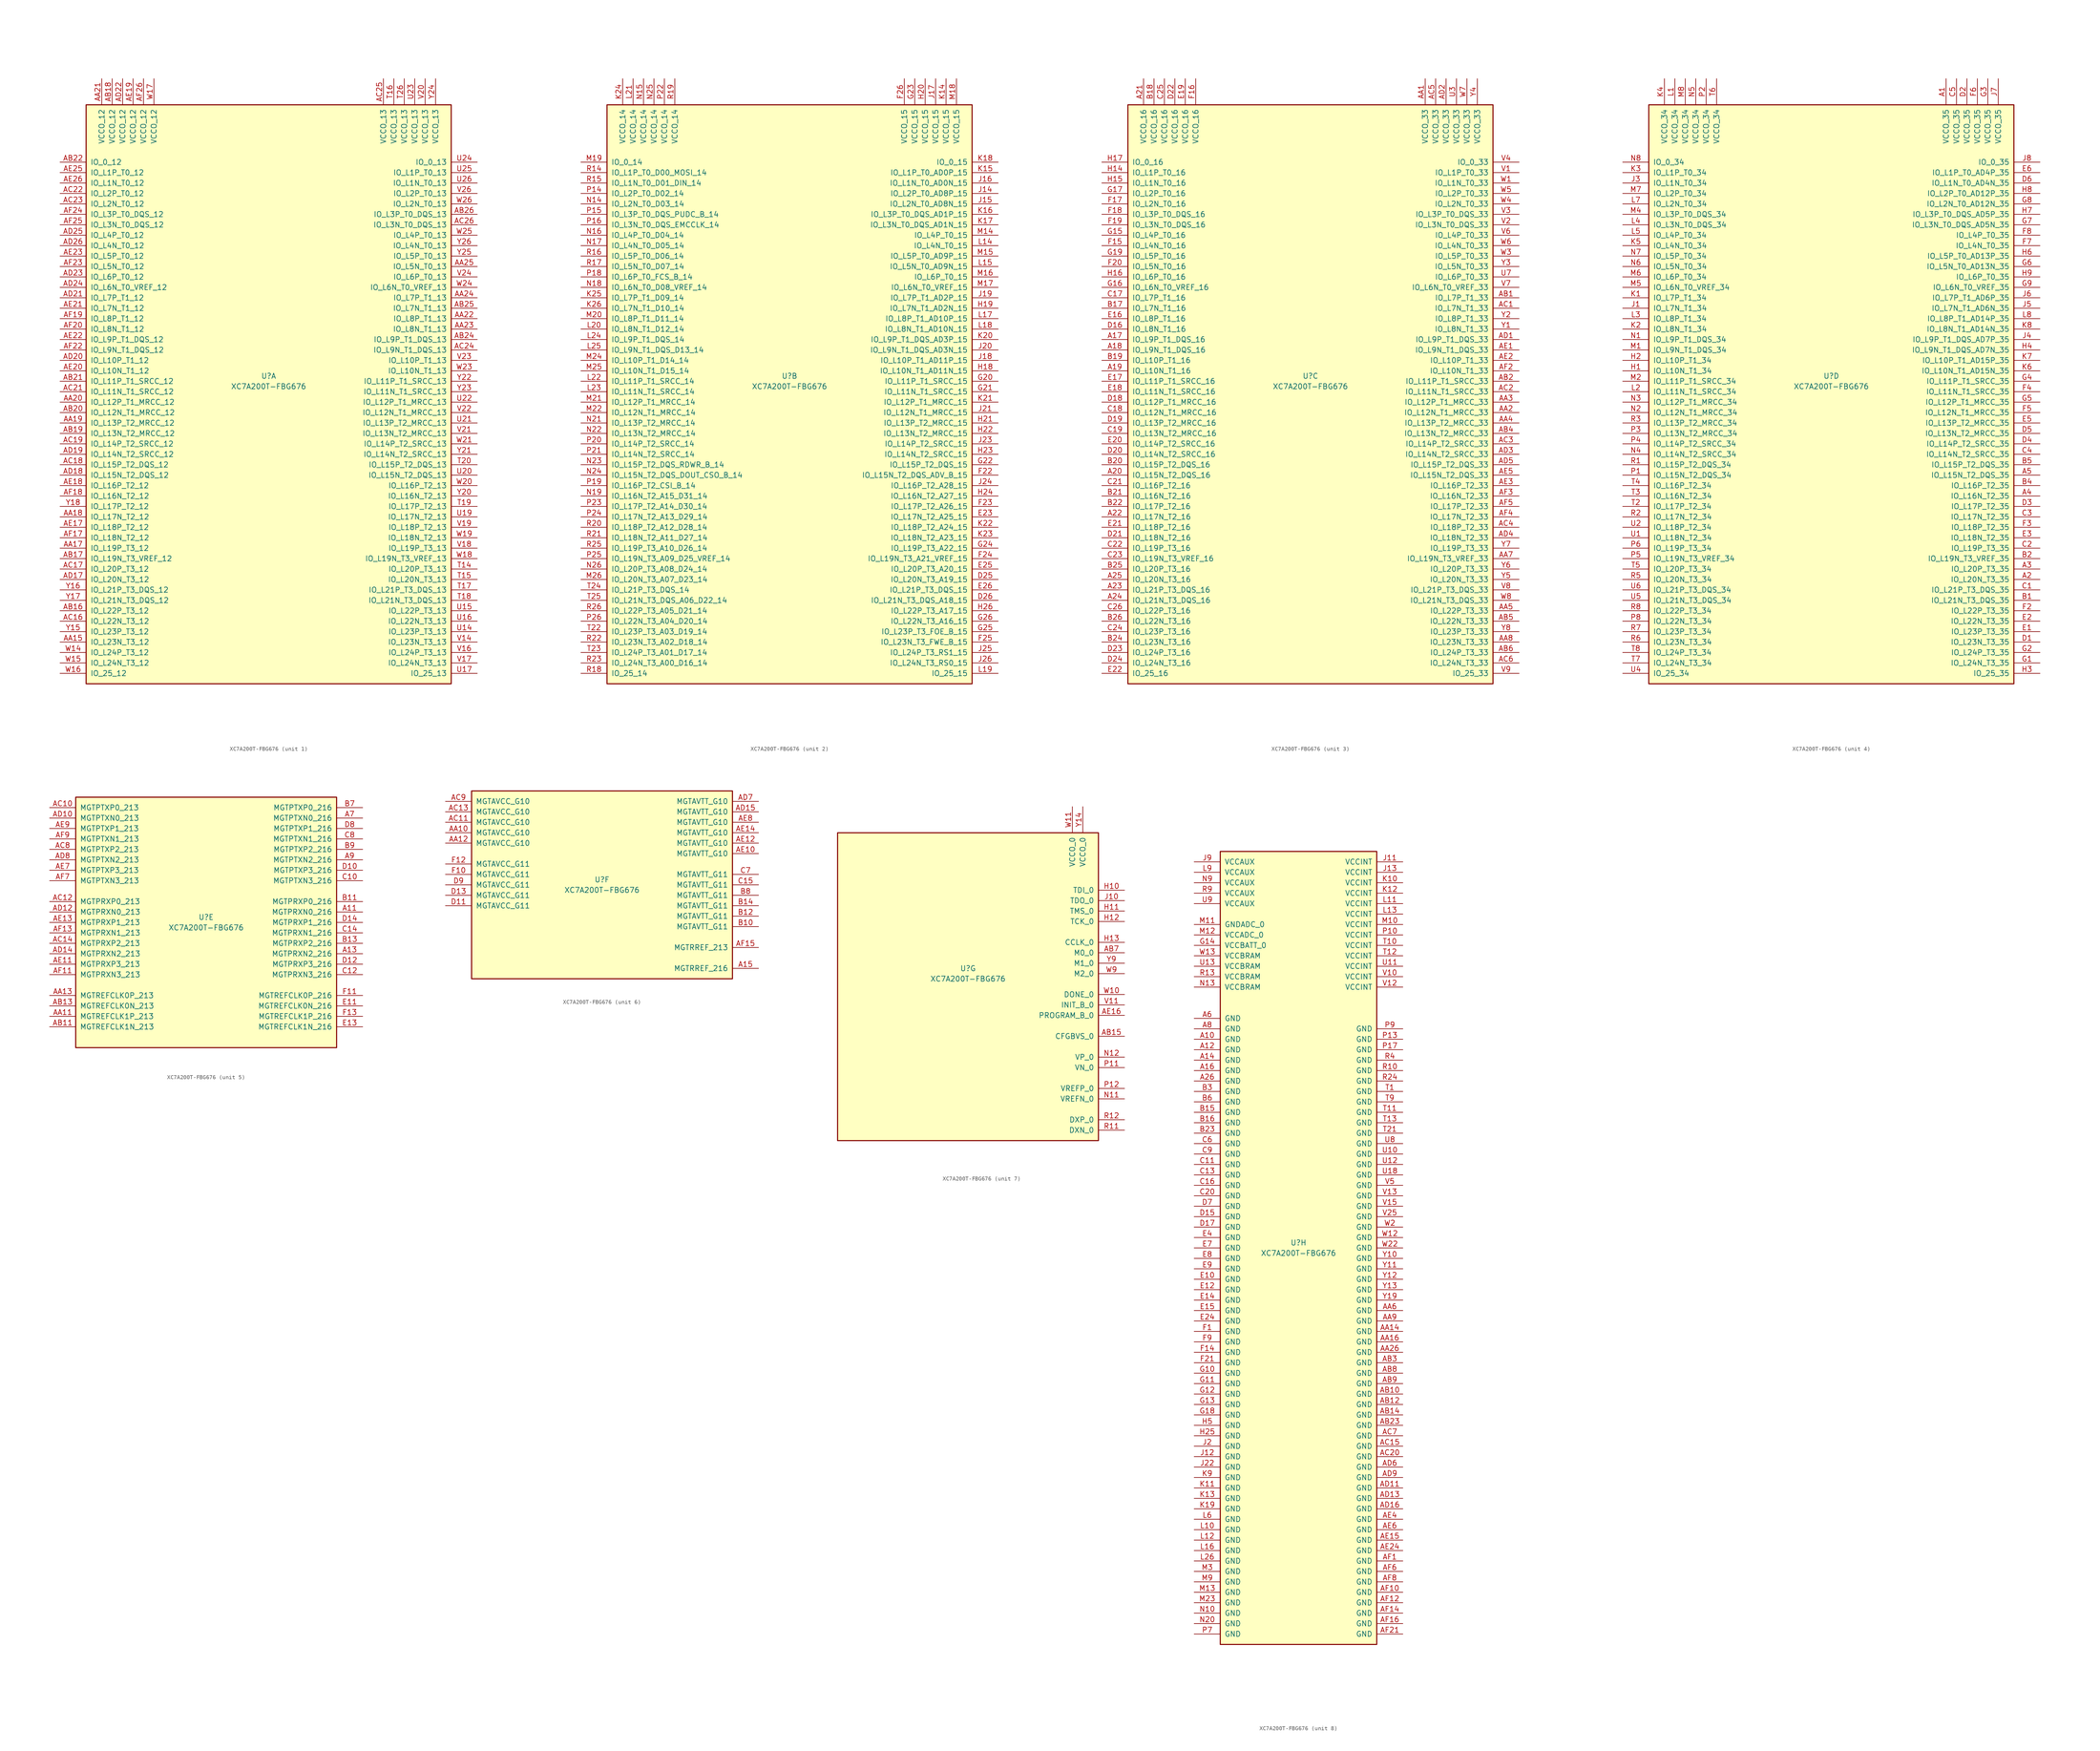
<source format=kicad_sym>
(kicad_symbol_lib
  (version 20211014)
  (generator kicad_symbol_editor)
  (symbol "XC7A200T-FBG676"
    (pin_names
      (offset 1.016))
    (property "Reference" "U"
      (at 0 1.27 0)
      (effects (font (size 1.27 1.27))))
    (property "Value" "XC7A200T-FBG676"
      (at 0 -1.27 0)
      (effects (font (size 1.27 1.27))))
    (property "Datasheet" ""
      (at 0 0 0)
      (effects (font (size 1.27 1.27))))
    (property "ki_locked" ""
      (at 0 0 0)
      (effects (font (size 1.27 1.27))))
    (symbol "XC7A200T-FBG676_1_1"
      (rectangle (start -44.45 67.31) (end 44.45 -73.66) (stroke (width 0.254) (type default) (color 0 0 0 0)) (fill (type background)))
      (pin bidirectional line (at -50.8 -63.5 0) (length 6.35) (name "IO_L23N_T3_12" (effects (font (size 1.27 1.27)))) (number "AA15" (effects (font (size 1.27 1.27)))))
      (pin bidirectional line (at -50.8 -40.64 0) (length 6.35) (name "IO_L19P_T3_12" (effects (font (size 1.27 1.27)))) (number "AA17" (effects (font (size 1.27 1.27)))))
      (pin bidirectional line (at -50.8 -33.02 0) (length 6.35) (name "IO_L17N_T2_12" (effects (font (size 1.27 1.27)))) (number "AA18" (effects (font (size 1.27 1.27)))))
      (pin bidirectional line (at -50.8 -10.16 0) (length 6.35) (name "IO_L13P_T2_MRCC_12" (effects (font (size 1.27 1.27)))) (number "AA19" (effects (font (size 1.27 1.27)))))
      (pin bidirectional line (at -50.8 -5.08 0) (length 6.35) (name "IO_L12P_T1_MRCC_12" (effects (font (size 1.27 1.27)))) (number "AA20" (effects (font (size 1.27 1.27)))))
      (pin power_in line (at -40.64 73.66 270) (length 6.35) (name "VCCO_12" (effects (font (size 1.27 1.27)))) (number "AA21" (effects (font (size 1.27 1.27)))))
      (pin bidirectional line (at 50.8 15.24 180) (length 6.35) (name "IO_L8P_T1_13" (effects (font (size 1.27 1.27)))) (number "AA22" (effects (font (size 1.27 1.27)))))
      (pin bidirectional line (at 50.8 12.7 180) (length 6.35) (name "IO_L8N_T1_13" (effects (font (size 1.27 1.27)))) (number "AA23" (effects (font (size 1.27 1.27)))))
      (pin bidirectional line (at 50.8 20.32 180) (length 6.35) (name "IO_L7P_T1_13" (effects (font (size 1.27 1.27)))) (number "AA24" (effects (font (size 1.27 1.27)))))
      (pin bidirectional line (at 50.8 27.94 180) (length 6.35) (name "IO_L5N_T0_13" (effects (font (size 1.27 1.27)))) (number "AA25" (effects (font (size 1.27 1.27)))))
      (pin bidirectional line (at -50.8 -55.88 0) (length 6.35) (name "IO_L22P_T3_12" (effects (font (size 1.27 1.27)))) (number "AB16" (effects (font (size 1.27 1.27)))))
      (pin bidirectional line (at -50.8 -43.18 0) (length 6.35) (name "IO_L19N_T3_VREF_12" (effects (font (size 1.27 1.27)))) (number "AB17" (effects (font (size 1.27 1.27)))))
      (pin power_in line (at -38.1 73.66 270) (length 6.35) (name "VCCO_12" (effects (font (size 1.27 1.27)))) (number "AB18" (effects (font (size 1.27 1.27)))))
      (pin bidirectional line (at -50.8 -12.7 0) (length 6.35) (name "IO_L13N_T2_MRCC_12" (effects (font (size 1.27 1.27)))) (number "AB19" (effects (font (size 1.27 1.27)))))
      (pin bidirectional line (at -50.8 -7.62 0) (length 6.35) (name "IO_L12N_T1_MRCC_12" (effects (font (size 1.27 1.27)))) (number "AB20" (effects (font (size 1.27 1.27)))))
      (pin bidirectional line (at -50.8 0 0) (length 6.35) (name "IO_L11P_T1_SRCC_12" (effects (font (size 1.27 1.27)))) (number "AB21" (effects (font (size 1.27 1.27)))))
      (pin bidirectional line (at -50.8 53.34 0) (length 6.35) (name "IO_0_12" (effects (font (size 1.27 1.27)))) (number "AB22" (effects (font (size 1.27 1.27)))))
      (pin bidirectional line (at 50.8 10.16 180) (length 6.35) (name "IO_L9P_T1_DQS_13" (effects (font (size 1.27 1.27)))) (number "AB24" (effects (font (size 1.27 1.27)))))
      (pin bidirectional line (at 50.8 17.78 180) (length 6.35) (name "IO_L7N_T1_13" (effects (font (size 1.27 1.27)))) (number "AB25" (effects (font (size 1.27 1.27)))))
      (pin bidirectional line (at 50.8 40.64 180) (length 6.35) (name "IO_L3P_T0_DQS_13" (effects (font (size 1.27 1.27)))) (number "AB26" (effects (font (size 1.27 1.27)))))
      (pin bidirectional line (at -50.8 -58.42 0) (length 6.35) (name "IO_L22N_T3_12" (effects (font (size 1.27 1.27)))) (number "AC16" (effects (font (size 1.27 1.27)))))
      (pin bidirectional line (at -50.8 -45.72 0) (length 6.35) (name "IO_L20P_T3_12" (effects (font (size 1.27 1.27)))) (number "AC17" (effects (font (size 1.27 1.27)))))
      (pin bidirectional line (at -50.8 -20.32 0) (length 6.35) (name "IO_L15P_T2_DQS_12" (effects (font (size 1.27 1.27)))) (number "AC18" (effects (font (size 1.27 1.27)))))
      (pin bidirectional line (at -50.8 -15.24 0) (length 6.35) (name "IO_L14P_T2_SRCC_12" (effects (font (size 1.27 1.27)))) (number "AC19" (effects (font (size 1.27 1.27)))))
      (pin bidirectional line (at -50.8 -2.54 0) (length 6.35) (name "IO_L11N_T1_SRCC_12" (effects (font (size 1.27 1.27)))) (number "AC21" (effects (font (size 1.27 1.27)))))
      (pin bidirectional line (at -50.8 45.72 0) (length 6.35) (name "IO_L2P_T0_12" (effects (font (size 1.27 1.27)))) (number "AC22" (effects (font (size 1.27 1.27)))))
      (pin bidirectional line (at -50.8 43.18 0) (length 6.35) (name "IO_L2N_T0_12" (effects (font (size 1.27 1.27)))) (number "AC23" (effects (font (size 1.27 1.27)))))
      (pin bidirectional line (at 50.8 7.62 180) (length 6.35) (name "IO_L9N_T1_DQS_13" (effects (font (size 1.27 1.27)))) (number "AC24" (effects (font (size 1.27 1.27)))))
      (pin power_in line (at 27.94 73.66 270) (length 6.35) (name "VCCO_13" (effects (font (size 1.27 1.27)))) (number "AC25" (effects (font (size 1.27 1.27)))))
      (pin bidirectional line (at 50.8 38.1 180) (length 6.35) (name "IO_L3N_T0_DQS_13" (effects (font (size 1.27 1.27)))) (number "AC26" (effects (font (size 1.27 1.27)))))
      (pin bidirectional line (at -50.8 -48.26 0) (length 6.35) (name "IO_L20N_T3_12" (effects (font (size 1.27 1.27)))) (number "AD17" (effects (font (size 1.27 1.27)))))
      (pin bidirectional line (at -50.8 -22.86 0) (length 6.35) (name "IO_L15N_T2_DQS_12" (effects (font (size 1.27 1.27)))) (number "AD18" (effects (font (size 1.27 1.27)))))
      (pin bidirectional line (at -50.8 -17.78 0) (length 6.35) (name "IO_L14N_T2_SRCC_12" (effects (font (size 1.27 1.27)))) (number "AD19" (effects (font (size 1.27 1.27)))))
      (pin bidirectional line (at -50.8 5.08 0) (length 6.35) (name "IO_L10P_T1_12" (effects (font (size 1.27 1.27)))) (number "AD20" (effects (font (size 1.27 1.27)))))
      (pin bidirectional line (at -50.8 20.32 0) (length 6.35) (name "IO_L7P_T1_12" (effects (font (size 1.27 1.27)))) (number "AD21" (effects (font (size 1.27 1.27)))))
      (pin power_in line (at -35.56 73.66 270) (length 6.35) (name "VCCO_12" (effects (font (size 1.27 1.27)))) (number "AD22" (effects (font (size 1.27 1.27)))))
      (pin bidirectional line (at -50.8 25.4 0) (length 6.35) (name "IO_L6P_T0_12" (effects (font (size 1.27 1.27)))) (number "AD23" (effects (font (size 1.27 1.27)))))
      (pin bidirectional line (at -50.8 22.86 0) (length 6.35) (name "IO_L6N_T0_VREF_12" (effects (font (size 1.27 1.27)))) (number "AD24" (effects (font (size 1.27 1.27)))))
      (pin bidirectional line (at -50.8 35.56 0) (length 6.35) (name "IO_L4P_T0_12" (effects (font (size 1.27 1.27)))) (number "AD25" (effects (font (size 1.27 1.27)))))
      (pin bidirectional line (at -50.8 33.02 0) (length 6.35) (name "IO_L4N_T0_12" (effects (font (size 1.27 1.27)))) (number "AD26" (effects (font (size 1.27 1.27)))))
      (pin bidirectional line (at -50.8 -35.56 0) (length 6.35) (name "IO_L18P_T2_12" (effects (font (size 1.27 1.27)))) (number "AE17" (effects (font (size 1.27 1.27)))))
      (pin bidirectional line (at -50.8 -25.4 0) (length 6.35) (name "IO_L16P_T2_12" (effects (font (size 1.27 1.27)))) (number "AE18" (effects (font (size 1.27 1.27)))))
      (pin power_in line (at -33.02 73.66 270) (length 6.35) (name "VCCO_12" (effects (font (size 1.27 1.27)))) (number "AE19" (effects (font (size 1.27 1.27)))))
      (pin bidirectional line (at -50.8 2.54 0) (length 6.35) (name "IO_L10N_T1_12" (effects (font (size 1.27 1.27)))) (number "AE20" (effects (font (size 1.27 1.27)))))
      (pin bidirectional line (at -50.8 17.78 0) (length 6.35) (name "IO_L7N_T1_12" (effects (font (size 1.27 1.27)))) (number "AE21" (effects (font (size 1.27 1.27)))))
      (pin bidirectional line (at -50.8 10.16 0) (length 6.35) (name "IO_L9P_T1_DQS_12" (effects (font (size 1.27 1.27)))) (number "AE22" (effects (font (size 1.27 1.27)))))
      (pin bidirectional line (at -50.8 30.48 0) (length 6.35) (name "IO_L5P_T0_12" (effects (font (size 1.27 1.27)))) (number "AE23" (effects (font (size 1.27 1.27)))))
      (pin bidirectional line (at -50.8 50.8 0) (length 6.35) (name "IO_L1P_T0_12" (effects (font (size 1.27 1.27)))) (number "AE25" (effects (font (size 1.27 1.27)))))
      (pin bidirectional line (at -50.8 48.26 0) (length 6.35) (name "IO_L1N_T0_12" (effects (font (size 1.27 1.27)))) (number "AE26" (effects (font (size 1.27 1.27)))))
      (pin bidirectional line (at -50.8 -38.1 0) (length 6.35) (name "IO_L18N_T2_12" (effects (font (size 1.27 1.27)))) (number "AF17" (effects (font (size 1.27 1.27)))))
      (pin bidirectional line (at -50.8 -27.94 0) (length 6.35) (name "IO_L16N_T2_12" (effects (font (size 1.27 1.27)))) (number "AF18" (effects (font (size 1.27 1.27)))))
      (pin bidirectional line (at -50.8 15.24 0) (length 6.35) (name "IO_L8P_T1_12" (effects (font (size 1.27 1.27)))) (number "AF19" (effects (font (size 1.27 1.27)))))
      (pin bidirectional line (at -50.8 12.7 0) (length 6.35) (name "IO_L8N_T1_12" (effects (font (size 1.27 1.27)))) (number "AF20" (effects (font (size 1.27 1.27)))))
      (pin bidirectional line (at -50.8 7.62 0) (length 6.35) (name "IO_L9N_T1_DQS_12" (effects (font (size 1.27 1.27)))) (number "AF22" (effects (font (size 1.27 1.27)))))
      (pin bidirectional line (at -50.8 27.94 0) (length 6.35) (name "IO_L5N_T0_12" (effects (font (size 1.27 1.27)))) (number "AF23" (effects (font (size 1.27 1.27)))))
      (pin bidirectional line (at -50.8 40.64 0) (length 6.35) (name "IO_L3P_T0_DQS_12" (effects (font (size 1.27 1.27)))) (number "AF24" (effects (font (size 1.27 1.27)))))
      (pin bidirectional line (at -50.8 38.1 0) (length 6.35) (name "IO_L3N_T0_DQS_12" (effects (font (size 1.27 1.27)))) (number "AF25" (effects (font (size 1.27 1.27)))))
      (pin power_in line (at -30.48 73.66 270) (length 6.35) (name "VCCO_12" (effects (font (size 1.27 1.27)))) (number "AF26" (effects (font (size 1.27 1.27)))))
      (pin bidirectional line (at 50.8 -45.72 180) (length 6.35) (name "IO_L20P_T3_13" (effects (font (size 1.27 1.27)))) (number "T14" (effects (font (size 1.27 1.27)))))
      (pin bidirectional line (at 50.8 -48.26 180) (length 6.35) (name "IO_L20N_T3_13" (effects (font (size 1.27 1.27)))) (number "T15" (effects (font (size 1.27 1.27)))))
      (pin power_in line (at 30.48 73.66 270) (length 6.35) (name "VCCO_13" (effects (font (size 1.27 1.27)))) (number "T16" (effects (font (size 1.27 1.27)))))
      (pin bidirectional line (at 50.8 -50.8 180) (length 6.35) (name "IO_L21P_T3_DQS_13" (effects (font (size 1.27 1.27)))) (number "T17" (effects (font (size 1.27 1.27)))))
      (pin bidirectional line (at 50.8 -53.34 180) (length 6.35) (name "IO_L21N_T3_DQS_13" (effects (font (size 1.27 1.27)))) (number "T18" (effects (font (size 1.27 1.27)))))
      (pin bidirectional line (at 50.8 -30.48 180) (length 6.35) (name "IO_L17P_T2_13" (effects (font (size 1.27 1.27)))) (number "T19" (effects (font (size 1.27 1.27)))))
      (pin bidirectional line (at 50.8 -20.32 180) (length 6.35) (name "IO_L15P_T2_DQS_13" (effects (font (size 1.27 1.27)))) (number "T20" (effects (font (size 1.27 1.27)))))
      (pin power_in line (at 33.02 73.66 270) (length 6.35) (name "VCCO_13" (effects (font (size 1.27 1.27)))) (number "T26" (effects (font (size 1.27 1.27)))))
      (pin bidirectional line (at 50.8 -60.96 180) (length 6.35) (name "IO_L23P_T3_13" (effects (font (size 1.27 1.27)))) (number "U14" (effects (font (size 1.27 1.27)))))
      (pin bidirectional line (at 50.8 -55.88 180) (length 6.35) (name "IO_L22P_T3_13" (effects (font (size 1.27 1.27)))) (number "U15" (effects (font (size 1.27 1.27)))))
      (pin bidirectional line (at 50.8 -58.42 180) (length 6.35) (name "IO_L22N_T3_13" (effects (font (size 1.27 1.27)))) (number "U16" (effects (font (size 1.27 1.27)))))
      (pin bidirectional line (at 50.8 -71.12 180) (length 6.35) (name "IO_25_13" (effects (font (size 1.27 1.27)))) (number "U17" (effects (font (size 1.27 1.27)))))
      (pin bidirectional line (at 50.8 -33.02 180) (length 6.35) (name "IO_L17N_T2_13" (effects (font (size 1.27 1.27)))) (number "U19" (effects (font (size 1.27 1.27)))))
      (pin bidirectional line (at 50.8 -22.86 180) (length 6.35) (name "IO_L15N_T2_DQS_13" (effects (font (size 1.27 1.27)))) (number "U20" (effects (font (size 1.27 1.27)))))
      (pin bidirectional line (at 50.8 -10.16 180) (length 6.35) (name "IO_L13P_T2_MRCC_13" (effects (font (size 1.27 1.27)))) (number "U21" (effects (font (size 1.27 1.27)))))
      (pin bidirectional line (at 50.8 -5.08 180) (length 6.35) (name "IO_L12P_T1_MRCC_13" (effects (font (size 1.27 1.27)))) (number "U22" (effects (font (size 1.27 1.27)))))
      (pin power_in line (at 35.56 73.66 270) (length 6.35) (name "VCCO_13" (effects (font (size 1.27 1.27)))) (number "U23" (effects (font (size 1.27 1.27)))))
      (pin bidirectional line (at 50.8 53.34 180) (length 6.35) (name "IO_0_13" (effects (font (size 1.27 1.27)))) (number "U24" (effects (font (size 1.27 1.27)))))
      (pin bidirectional line (at 50.8 50.8 180) (length 6.35) (name "IO_L1P_T0_13" (effects (font (size 1.27 1.27)))) (number "U25" (effects (font (size 1.27 1.27)))))
      (pin bidirectional line (at 50.8 48.26 180) (length 6.35) (name "IO_L1N_T0_13" (effects (font (size 1.27 1.27)))) (number "U26" (effects (font (size 1.27 1.27)))))
      (pin bidirectional line (at 50.8 -63.5 180) (length 6.35) (name "IO_L23N_T3_13" (effects (font (size 1.27 1.27)))) (number "V14" (effects (font (size 1.27 1.27)))))
      (pin bidirectional line (at 50.8 -66.04 180) (length 6.35) (name "IO_L24P_T3_13" (effects (font (size 1.27 1.27)))) (number "V16" (effects (font (size 1.27 1.27)))))
      (pin bidirectional line (at 50.8 -68.58 180) (length 6.35) (name "IO_L24N_T3_13" (effects (font (size 1.27 1.27)))) (number "V17" (effects (font (size 1.27 1.27)))))
      (pin bidirectional line (at 50.8 -40.64 180) (length 6.35) (name "IO_L19P_T3_13" (effects (font (size 1.27 1.27)))) (number "V18" (effects (font (size 1.27 1.27)))))
      (pin bidirectional line (at 50.8 -35.56 180) (length 6.35) (name "IO_L18P_T2_13" (effects (font (size 1.27 1.27)))) (number "V19" (effects (font (size 1.27 1.27)))))
      (pin power_in line (at 38.1 73.66 270) (length 6.35) (name "VCCO_13" (effects (font (size 1.27 1.27)))) (number "V20" (effects (font (size 1.27 1.27)))))
      (pin bidirectional line (at 50.8 -12.7 180) (length 6.35) (name "IO_L13N_T2_MRCC_13" (effects (font (size 1.27 1.27)))) (number "V21" (effects (font (size 1.27 1.27)))))
      (pin bidirectional line (at 50.8 -7.62 180) (length 6.35) (name "IO_L12N_T1_MRCC_13" (effects (font (size 1.27 1.27)))) (number "V22" (effects (font (size 1.27 1.27)))))
      (pin bidirectional line (at 50.8 5.08 180) (length 6.35) (name "IO_L10P_T1_13" (effects (font (size 1.27 1.27)))) (number "V23" (effects (font (size 1.27 1.27)))))
      (pin bidirectional line (at 50.8 25.4 180) (length 6.35) (name "IO_L6P_T0_13" (effects (font (size 1.27 1.27)))) (number "V24" (effects (font (size 1.27 1.27)))))
      (pin bidirectional line (at 50.8 45.72 180) (length 6.35) (name "IO_L2P_T0_13" (effects (font (size 1.27 1.27)))) (number "V26" (effects (font (size 1.27 1.27)))))
      (pin bidirectional line (at -50.8 -66.04 0) (length 6.35) (name "IO_L24P_T3_12" (effects (font (size 1.27 1.27)))) (number "W14" (effects (font (size 1.27 1.27)))))
      (pin bidirectional line (at -50.8 -68.58 0) (length 6.35) (name "IO_L24N_T3_12" (effects (font (size 1.27 1.27)))) (number "W15" (effects (font (size 1.27 1.27)))))
      (pin bidirectional line (at -50.8 -71.12 0) (length 6.35) (name "IO_25_12" (effects (font (size 1.27 1.27)))) (number "W16" (effects (font (size 1.27 1.27)))))
      (pin power_in line (at -27.94 73.66 270) (length 6.35) (name "VCCO_12" (effects (font (size 1.27 1.27)))) (number "W17" (effects (font (size 1.27 1.27)))))
      (pin bidirectional line (at 50.8 -43.18 180) (length 6.35) (name "IO_L19N_T3_VREF_13" (effects (font (size 1.27 1.27)))) (number "W18" (effects (font (size 1.27 1.27)))))
      (pin bidirectional line (at 50.8 -38.1 180) (length 6.35) (name "IO_L18N_T2_13" (effects (font (size 1.27 1.27)))) (number "W19" (effects (font (size 1.27 1.27)))))
      (pin bidirectional line (at 50.8 -25.4 180) (length 6.35) (name "IO_L16P_T2_13" (effects (font (size 1.27 1.27)))) (number "W20" (effects (font (size 1.27 1.27)))))
      (pin bidirectional line (at 50.8 -15.24 180) (length 6.35) (name "IO_L14P_T2_SRCC_13" (effects (font (size 1.27 1.27)))) (number "W21" (effects (font (size 1.27 1.27)))))
      (pin bidirectional line (at 50.8 2.54 180) (length 6.35) (name "IO_L10N_T1_13" (effects (font (size 1.27 1.27)))) (number "W23" (effects (font (size 1.27 1.27)))))
      (pin bidirectional line (at 50.8 22.86 180) (length 6.35) (name "IO_L6N_T0_VREF_13" (effects (font (size 1.27 1.27)))) (number "W24" (effects (font (size 1.27 1.27)))))
      (pin bidirectional line (at 50.8 35.56 180) (length 6.35) (name "IO_L4P_T0_13" (effects (font (size 1.27 1.27)))) (number "W25" (effects (font (size 1.27 1.27)))))
      (pin bidirectional line (at 50.8 43.18 180) (length 6.35) (name "IO_L2N_T0_13" (effects (font (size 1.27 1.27)))) (number "W26" (effects (font (size 1.27 1.27)))))
      (pin bidirectional line (at -50.8 -60.96 0) (length 6.35) (name "IO_L23P_T3_12" (effects (font (size 1.27 1.27)))) (number "Y15" (effects (font (size 1.27 1.27)))))
      (pin bidirectional line (at -50.8 -50.8 0) (length 6.35) (name "IO_L21P_T3_DQS_12" (effects (font (size 1.27 1.27)))) (number "Y16" (effects (font (size 1.27 1.27)))))
      (pin bidirectional line (at -50.8 -53.34 0) (length 6.35) (name "IO_L21N_T3_DQS_12" (effects (font (size 1.27 1.27)))) (number "Y17" (effects (font (size 1.27 1.27)))))
      (pin bidirectional line (at -50.8 -30.48 0) (length 6.35) (name "IO_L17P_T2_12" (effects (font (size 1.27 1.27)))) (number "Y18" (effects (font (size 1.27 1.27)))))
      (pin bidirectional line (at 50.8 -27.94 180) (length 6.35) (name "IO_L16N_T2_13" (effects (font (size 1.27 1.27)))) (number "Y20" (effects (font (size 1.27 1.27)))))
      (pin bidirectional line (at 50.8 -17.78 180) (length 6.35) (name "IO_L14N_T2_SRCC_13" (effects (font (size 1.27 1.27)))) (number "Y21" (effects (font (size 1.27 1.27)))))
      (pin bidirectional line (at 50.8 0 180) (length 6.35) (name "IO_L11P_T1_SRCC_13" (effects (font (size 1.27 1.27)))) (number "Y22" (effects (font (size 1.27 1.27)))))
      (pin bidirectional line (at 50.8 -2.54 180) (length 6.35) (name "IO_L11N_T1_SRCC_13" (effects (font (size 1.27 1.27)))) (number "Y23" (effects (font (size 1.27 1.27)))))
      (pin power_in line (at 40.64 73.66 270) (length 6.35) (name "VCCO_13" (effects (font (size 1.27 1.27)))) (number "Y24" (effects (font (size 1.27 1.27)))))
      (pin bidirectional line (at 50.8 30.48 180) (length 6.35) (name "IO_L5P_T0_13" (effects (font (size 1.27 1.27)))) (number "Y25" (effects (font (size 1.27 1.27)))))
      (pin bidirectional line (at 50.8 33.02 180) (length 6.35) (name "IO_L4N_T0_13" (effects (font (size 1.27 1.27)))) (number "Y26" (effects (font (size 1.27 1.27))))))
    (symbol "XC7A200T-FBG676_2_1"
      (rectangle (start -44.45 67.31) (end 44.45 -73.66) (stroke (width 0.254) (type default) (color 0 0 0 0)) (fill (type background)))
      (pin bidirectional line (at 50.8 -48.26 180) (length 6.35) (name "IO_L20N_T3_A19_15" (effects (font (size 1.27 1.27)))) (number "D25" (effects (font (size 1.27 1.27)))))
      (pin bidirectional line (at 50.8 -53.34 180) (length 6.35) (name "IO_L21N_T3_DQS_A18_15" (effects (font (size 1.27 1.27)))) (number "D26" (effects (font (size 1.27 1.27)))))
      (pin bidirectional line (at 50.8 -33.02 180) (length 6.35) (name "IO_L17N_T2_A25_15" (effects (font (size 1.27 1.27)))) (number "E23" (effects (font (size 1.27 1.27)))))
      (pin bidirectional line (at 50.8 -45.72 180) (length 6.35) (name "IO_L20P_T3_A20_15" (effects (font (size 1.27 1.27)))) (number "E25" (effects (font (size 1.27 1.27)))))
      (pin bidirectional line (at 50.8 -50.8 180) (length 6.35) (name "IO_L21P_T3_DQS_15" (effects (font (size 1.27 1.27)))) (number "E26" (effects (font (size 1.27 1.27)))))
      (pin bidirectional line (at 50.8 -22.86 180) (length 6.35) (name "IO_L15N_T2_DQS_ADV_B_15" (effects (font (size 1.27 1.27)))) (number "F22" (effects (font (size 1.27 1.27)))))
      (pin bidirectional line (at 50.8 -30.48 180) (length 6.35) (name "IO_L17P_T2_A26_15" (effects (font (size 1.27 1.27)))) (number "F23" (effects (font (size 1.27 1.27)))))
      (pin bidirectional line (at 50.8 -43.18 180) (length 6.35) (name "IO_L19N_T3_A21_VREF_15" (effects (font (size 1.27 1.27)))) (number "F24" (effects (font (size 1.27 1.27)))))
      (pin bidirectional line (at 50.8 -63.5 180) (length 6.35) (name "IO_L23N_T3_FWE_B_15" (effects (font (size 1.27 1.27)))) (number "F25" (effects (font (size 1.27 1.27)))))
      (pin power_in line (at 27.94 73.66 270) (length 6.35) (name "VCCO_15" (effects (font (size 1.27 1.27)))) (number "F26" (effects (font (size 1.27 1.27)))))
      (pin bidirectional line (at 50.8 0 180) (length 6.35) (name "IO_L11P_T1_SRCC_15" (effects (font (size 1.27 1.27)))) (number "G20" (effects (font (size 1.27 1.27)))))
      (pin bidirectional line (at 50.8 -2.54 180) (length 6.35) (name "IO_L11N_T1_SRCC_15" (effects (font (size 1.27 1.27)))) (number "G21" (effects (font (size 1.27 1.27)))))
      (pin bidirectional line (at 50.8 -20.32 180) (length 6.35) (name "IO_L15P_T2_DQS_15" (effects (font (size 1.27 1.27)))) (number "G22" (effects (font (size 1.27 1.27)))))
      (pin power_in line (at 30.48 73.66 270) (length 6.35) (name "VCCO_15" (effects (font (size 1.27 1.27)))) (number "G23" (effects (font (size 1.27 1.27)))))
      (pin bidirectional line (at 50.8 -40.64 180) (length 6.35) (name "IO_L19P_T3_A22_15" (effects (font (size 1.27 1.27)))) (number "G24" (effects (font (size 1.27 1.27)))))
      (pin bidirectional line (at 50.8 -60.96 180) (length 6.35) (name "IO_L23P_T3_FOE_B_15" (effects (font (size 1.27 1.27)))) (number "G25" (effects (font (size 1.27 1.27)))))
      (pin bidirectional line (at 50.8 -58.42 180) (length 6.35) (name "IO_L22N_T3_A16_15" (effects (font (size 1.27 1.27)))) (number "G26" (effects (font (size 1.27 1.27)))))
      (pin bidirectional line (at 50.8 2.54 180) (length 6.35) (name "IO_L10N_T1_AD11N_15" (effects (font (size 1.27 1.27)))) (number "H18" (effects (font (size 1.27 1.27)))))
      (pin bidirectional line (at 50.8 17.78 180) (length 6.35) (name "IO_L7N_T1_AD2N_15" (effects (font (size 1.27 1.27)))) (number "H19" (effects (font (size 1.27 1.27)))))
      (pin power_in line (at 33.02 73.66 270) (length 6.35) (name "VCCO_15" (effects (font (size 1.27 1.27)))) (number "H20" (effects (font (size 1.27 1.27)))))
      (pin bidirectional line (at 50.8 -10.16 180) (length 6.35) (name "IO_L13P_T2_MRCC_15" (effects (font (size 1.27 1.27)))) (number "H21" (effects (font (size 1.27 1.27)))))
      (pin bidirectional line (at 50.8 -12.7 180) (length 6.35) (name "IO_L13N_T2_MRCC_15" (effects (font (size 1.27 1.27)))) (number "H22" (effects (font (size 1.27 1.27)))))
      (pin bidirectional line (at 50.8 -17.78 180) (length 6.35) (name "IO_L14N_T2_SRCC_15" (effects (font (size 1.27 1.27)))) (number "H23" (effects (font (size 1.27 1.27)))))
      (pin bidirectional line (at 50.8 -27.94 180) (length 6.35) (name "IO_L16N_T2_A27_15" (effects (font (size 1.27 1.27)))) (number "H24" (effects (font (size 1.27 1.27)))))
      (pin bidirectional line (at 50.8 -55.88 180) (length 6.35) (name "IO_L22P_T3_A17_15" (effects (font (size 1.27 1.27)))) (number "H26" (effects (font (size 1.27 1.27)))))
      (pin bidirectional line (at 50.8 45.72 180) (length 6.35) (name "IO_L2P_T0_AD8P_15" (effects (font (size 1.27 1.27)))) (number "J14" (effects (font (size 1.27 1.27)))))
      (pin bidirectional line (at 50.8 43.18 180) (length 6.35) (name "IO_L2N_T0_AD8N_15" (effects (font (size 1.27 1.27)))) (number "J15" (effects (font (size 1.27 1.27)))))
      (pin bidirectional line (at 50.8 48.26 180) (length 6.35) (name "IO_L1N_T0_AD0N_15" (effects (font (size 1.27 1.27)))) (number "J16" (effects (font (size 1.27 1.27)))))
      (pin power_in line (at 35.56 73.66 270) (length 6.35) (name "VCCO_15" (effects (font (size 1.27 1.27)))) (number "J17" (effects (font (size 1.27 1.27)))))
      (pin bidirectional line (at 50.8 5.08 180) (length 6.35) (name "IO_L10P_T1_AD11P_15" (effects (font (size 1.27 1.27)))) (number "J18" (effects (font (size 1.27 1.27)))))
      (pin bidirectional line (at 50.8 20.32 180) (length 6.35) (name "IO_L7P_T1_AD2P_15" (effects (font (size 1.27 1.27)))) (number "J19" (effects (font (size 1.27 1.27)))))
      (pin bidirectional line (at 50.8 7.62 180) (length 6.35) (name "IO_L9N_T1_DQS_AD3N_15" (effects (font (size 1.27 1.27)))) (number "J20" (effects (font (size 1.27 1.27)))))
      (pin bidirectional line (at 50.8 -7.62 180) (length 6.35) (name "IO_L12N_T1_MRCC_15" (effects (font (size 1.27 1.27)))) (number "J21" (effects (font (size 1.27 1.27)))))
      (pin bidirectional line (at 50.8 -15.24 180) (length 6.35) (name "IO_L14P_T2_SRCC_15" (effects (font (size 1.27 1.27)))) (number "J23" (effects (font (size 1.27 1.27)))))
      (pin bidirectional line (at 50.8 -25.4 180) (length 6.35) (name "IO_L16P_T2_A28_15" (effects (font (size 1.27 1.27)))) (number "J24" (effects (font (size 1.27 1.27)))))
      (pin bidirectional line (at 50.8 -66.04 180) (length 6.35) (name "IO_L24P_T3_RS1_15" (effects (font (size 1.27 1.27)))) (number "J25" (effects (font (size 1.27 1.27)))))
      (pin bidirectional line (at 50.8 -68.58 180) (length 6.35) (name "IO_L24N_T3_RS0_15" (effects (font (size 1.27 1.27)))) (number "J26" (effects (font (size 1.27 1.27)))))
      (pin power_in line (at 38.1 73.66 270) (length 6.35) (name "VCCO_15" (effects (font (size 1.27 1.27)))) (number "K14" (effects (font (size 1.27 1.27)))))
      (pin bidirectional line (at 50.8 50.8 180) (length 6.35) (name "IO_L1P_T0_AD0P_15" (effects (font (size 1.27 1.27)))) (number "K15" (effects (font (size 1.27 1.27)))))
      (pin bidirectional line (at 50.8 40.64 180) (length 6.35) (name "IO_L3P_T0_DQS_AD1P_15" (effects (font (size 1.27 1.27)))) (number "K16" (effects (font (size 1.27 1.27)))))
      (pin bidirectional line (at 50.8 38.1 180) (length 6.35) (name "IO_L3N_T0_DQS_AD1N_15" (effects (font (size 1.27 1.27)))) (number "K17" (effects (font (size 1.27 1.27)))))
      (pin bidirectional line (at 50.8 53.34 180) (length 6.35) (name "IO_0_15" (effects (font (size 1.27 1.27)))) (number "K18" (effects (font (size 1.27 1.27)))))
      (pin bidirectional line (at 50.8 10.16 180) (length 6.35) (name "IO_L9P_T1_DQS_AD3P_15" (effects (font (size 1.27 1.27)))) (number "K20" (effects (font (size 1.27 1.27)))))
      (pin bidirectional line (at 50.8 -5.08 180) (length 6.35) (name "IO_L12P_T1_MRCC_15" (effects (font (size 1.27 1.27)))) (number "K21" (effects (font (size 1.27 1.27)))))
      (pin bidirectional line (at 50.8 -35.56 180) (length 6.35) (name "IO_L18P_T2_A24_15" (effects (font (size 1.27 1.27)))) (number "K22" (effects (font (size 1.27 1.27)))))
      (pin bidirectional line (at 50.8 -38.1 180) (length 6.35) (name "IO_L18N_T2_A23_15" (effects (font (size 1.27 1.27)))) (number "K23" (effects (font (size 1.27 1.27)))))
      (pin power_in line (at -40.64 73.66 270) (length 6.35) (name "VCCO_14" (effects (font (size 1.27 1.27)))) (number "K24" (effects (font (size 1.27 1.27)))))
      (pin bidirectional line (at -50.8 20.32 0) (length 6.35) (name "IO_L7P_T1_D09_14" (effects (font (size 1.27 1.27)))) (number "K25" (effects (font (size 1.27 1.27)))))
      (pin bidirectional line (at -50.8 17.78 0) (length 6.35) (name "IO_L7N_T1_D10_14" (effects (font (size 1.27 1.27)))) (number "K26" (effects (font (size 1.27 1.27)))))
      (pin bidirectional line (at 50.8 33.02 180) (length 6.35) (name "IO_L4N_T0_15" (effects (font (size 1.27 1.27)))) (number "L14" (effects (font (size 1.27 1.27)))))
      (pin bidirectional line (at 50.8 27.94 180) (length 6.35) (name "IO_L5N_T0_AD9N_15" (effects (font (size 1.27 1.27)))) (number "L15" (effects (font (size 1.27 1.27)))))
      (pin bidirectional line (at 50.8 15.24 180) (length 6.35) (name "IO_L8P_T1_AD10P_15" (effects (font (size 1.27 1.27)))) (number "L17" (effects (font (size 1.27 1.27)))))
      (pin bidirectional line (at 50.8 12.7 180) (length 6.35) (name "IO_L8N_T1_AD10N_15" (effects (font (size 1.27 1.27)))) (number "L18" (effects (font (size 1.27 1.27)))))
      (pin bidirectional line (at 50.8 -71.12 180) (length 6.35) (name "IO_25_15" (effects (font (size 1.27 1.27)))) (number "L19" (effects (font (size 1.27 1.27)))))
      (pin bidirectional line (at -50.8 12.7 0) (length 6.35) (name "IO_L8N_T1_D12_14" (effects (font (size 1.27 1.27)))) (number "L20" (effects (font (size 1.27 1.27)))))
      (pin power_in line (at -38.1 73.66 270) (length 6.35) (name "VCCO_14" (effects (font (size 1.27 1.27)))) (number "L21" (effects (font (size 1.27 1.27)))))
      (pin bidirectional line (at -50.8 0 0) (length 6.35) (name "IO_L11P_T1_SRCC_14" (effects (font (size 1.27 1.27)))) (number "L22" (effects (font (size 1.27 1.27)))))
      (pin bidirectional line (at -50.8 -2.54 0) (length 6.35) (name "IO_L11N_T1_SRCC_14" (effects (font (size 1.27 1.27)))) (number "L23" (effects (font (size 1.27 1.27)))))
      (pin bidirectional line (at -50.8 10.16 0) (length 6.35) (name "IO_L9P_T1_DQS_14" (effects (font (size 1.27 1.27)))) (number "L24" (effects (font (size 1.27 1.27)))))
      (pin bidirectional line (at -50.8 7.62 0) (length 6.35) (name "IO_L9N_T1_DQS_D13_14" (effects (font (size 1.27 1.27)))) (number "L25" (effects (font (size 1.27 1.27)))))
      (pin bidirectional line (at 50.8 35.56 180) (length 6.35) (name "IO_L4P_T0_15" (effects (font (size 1.27 1.27)))) (number "M14" (effects (font (size 1.27 1.27)))))
      (pin bidirectional line (at 50.8 30.48 180) (length 6.35) (name "IO_L5P_T0_AD9P_15" (effects (font (size 1.27 1.27)))) (number "M15" (effects (font (size 1.27 1.27)))))
      (pin bidirectional line (at 50.8 25.4 180) (length 6.35) (name "IO_L6P_T0_15" (effects (font (size 1.27 1.27)))) (number "M16" (effects (font (size 1.27 1.27)))))
      (pin bidirectional line (at 50.8 22.86 180) (length 6.35) (name "IO_L6N_T0_VREF_15" (effects (font (size 1.27 1.27)))) (number "M17" (effects (font (size 1.27 1.27)))))
      (pin power_in line (at 40.64 73.66 270) (length 6.35) (name "VCCO_15" (effects (font (size 1.27 1.27)))) (number "M18" (effects (font (size 1.27 1.27)))))
      (pin bidirectional line (at -50.8 53.34 0) (length 6.35) (name "IO_0_14" (effects (font (size 1.27 1.27)))) (number "M19" (effects (font (size 1.27 1.27)))))
      (pin bidirectional line (at -50.8 15.24 0) (length 6.35) (name "IO_L8P_T1_D11_14" (effects (font (size 1.27 1.27)))) (number "M20" (effects (font (size 1.27 1.27)))))
      (pin bidirectional line (at -50.8 -5.08 0) (length 6.35) (name "IO_L12P_T1_MRCC_14" (effects (font (size 1.27 1.27)))) (number "M21" (effects (font (size 1.27 1.27)))))
      (pin bidirectional line (at -50.8 -7.62 0) (length 6.35) (name "IO_L12N_T1_MRCC_14" (effects (font (size 1.27 1.27)))) (number "M22" (effects (font (size 1.27 1.27)))))
      (pin bidirectional line (at -50.8 5.08 0) (length 6.35) (name "IO_L10P_T1_D14_14" (effects (font (size 1.27 1.27)))) (number "M24" (effects (font (size 1.27 1.27)))))
      (pin bidirectional line (at -50.8 2.54 0) (length 6.35) (name "IO_L10N_T1_D15_14" (effects (font (size 1.27 1.27)))) (number "M25" (effects (font (size 1.27 1.27)))))
      (pin bidirectional line (at -50.8 -48.26 0) (length 6.35) (name "IO_L20N_T3_A07_D23_14" (effects (font (size 1.27 1.27)))) (number "M26" (effects (font (size 1.27 1.27)))))
      (pin bidirectional line (at -50.8 43.18 0) (length 6.35) (name "IO_L2N_T0_D03_14" (effects (font (size 1.27 1.27)))) (number "N14" (effects (font (size 1.27 1.27)))))
      (pin power_in line (at -35.56 73.66 270) (length 6.35) (name "VCCO_14" (effects (font (size 1.27 1.27)))) (number "N15" (effects (font (size 1.27 1.27)))))
      (pin bidirectional line (at -50.8 35.56 0) (length 6.35) (name "IO_L4P_T0_D04_14" (effects (font (size 1.27 1.27)))) (number "N16" (effects (font (size 1.27 1.27)))))
      (pin bidirectional line (at -50.8 33.02 0) (length 6.35) (name "IO_L4N_T0_D05_14" (effects (font (size 1.27 1.27)))) (number "N17" (effects (font (size 1.27 1.27)))))
      (pin bidirectional line (at -50.8 22.86 0) (length 6.35) (name "IO_L6N_T0_D08_VREF_14" (effects (font (size 1.27 1.27)))) (number "N18" (effects (font (size 1.27 1.27)))))
      (pin bidirectional line (at -50.8 -27.94 0) (length 6.35) (name "IO_L16N_T2_A15_D31_14" (effects (font (size 1.27 1.27)))) (number "N19" (effects (font (size 1.27 1.27)))))
      (pin bidirectional line (at -50.8 -10.16 0) (length 6.35) (name "IO_L13P_T2_MRCC_14" (effects (font (size 1.27 1.27)))) (number "N21" (effects (font (size 1.27 1.27)))))
      (pin bidirectional line (at -50.8 -12.7 0) (length 6.35) (name "IO_L13N_T2_MRCC_14" (effects (font (size 1.27 1.27)))) (number "N22" (effects (font (size 1.27 1.27)))))
      (pin bidirectional line (at -50.8 -20.32 0) (length 6.35) (name "IO_L15P_T2_DQS_RDWR_B_14" (effects (font (size 1.27 1.27)))) (number "N23" (effects (font (size 1.27 1.27)))))
      (pin bidirectional line (at -50.8 -22.86 0) (length 6.35) (name "IO_L15N_T2_DQS_DOUT_CSO_B_14" (effects (font (size 1.27 1.27)))) (number "N24" (effects (font (size 1.27 1.27)))))
      (pin power_in line (at -33.02 73.66 270) (length 6.35) (name "VCCO_14" (effects (font (size 1.27 1.27)))) (number "N25" (effects (font (size 1.27 1.27)))))
      (pin bidirectional line (at -50.8 -45.72 0) (length 6.35) (name "IO_L20P_T3_A08_D24_14" (effects (font (size 1.27 1.27)))) (number "N26" (effects (font (size 1.27 1.27)))))
      (pin bidirectional line (at -50.8 45.72 0) (length 6.35) (name "IO_L2P_T0_D02_14" (effects (font (size 1.27 1.27)))) (number "P14" (effects (font (size 1.27 1.27)))))
      (pin bidirectional line (at -50.8 40.64 0) (length 6.35) (name "IO_L3P_T0_DQS_PUDC_B_14" (effects (font (size 1.27 1.27)))) (number "P15" (effects (font (size 1.27 1.27)))))
      (pin bidirectional line (at -50.8 38.1 0) (length 6.35) (name "IO_L3N_T0_DQS_EMCCLK_14" (effects (font (size 1.27 1.27)))) (number "P16" (effects (font (size 1.27 1.27)))))
      (pin bidirectional line (at -50.8 25.4 0) (length 6.35) (name "IO_L6P_T0_FCS_B_14" (effects (font (size 1.27 1.27)))) (number "P18" (effects (font (size 1.27 1.27)))))
      (pin bidirectional line (at -50.8 -25.4 0) (length 6.35) (name "IO_L16P_T2_CSI_B_14" (effects (font (size 1.27 1.27)))) (number "P19" (effects (font (size 1.27 1.27)))))
      (pin bidirectional line (at -50.8 -15.24 0) (length 6.35) (name "IO_L14P_T2_SRCC_14" (effects (font (size 1.27 1.27)))) (number "P20" (effects (font (size 1.27 1.27)))))
      (pin bidirectional line (at -50.8 -17.78 0) (length 6.35) (name "IO_L14N_T2_SRCC_14" (effects (font (size 1.27 1.27)))) (number "P21" (effects (font (size 1.27 1.27)))))
      (pin power_in line (at -30.48 73.66 270) (length 6.35) (name "VCCO_14" (effects (font (size 1.27 1.27)))) (number "P22" (effects (font (size 1.27 1.27)))))
      (pin bidirectional line (at -50.8 -30.48 0) (length 6.35) (name "IO_L17P_T2_A14_D30_14" (effects (font (size 1.27 1.27)))) (number "P23" (effects (font (size 1.27 1.27)))))
      (pin bidirectional line (at -50.8 -33.02 0) (length 6.35) (name "IO_L17N_T2_A13_D29_14" (effects (font (size 1.27 1.27)))) (number "P24" (effects (font (size 1.27 1.27)))))
      (pin bidirectional line (at -50.8 -43.18 0) (length 6.35) (name "IO_L19N_T3_A09_D25_VREF_14" (effects (font (size 1.27 1.27)))) (number "P25" (effects (font (size 1.27 1.27)))))
      (pin bidirectional line (at -50.8 -58.42 0) (length 6.35) (name "IO_L22N_T3_A04_D20_14" (effects (font (size 1.27 1.27)))) (number "P26" (effects (font (size 1.27 1.27)))))
      (pin bidirectional line (at -50.8 50.8 0) (length 6.35) (name "IO_L1P_T0_D00_MOSI_14" (effects (font (size 1.27 1.27)))) (number "R14" (effects (font (size 1.27 1.27)))))
      (pin bidirectional line (at -50.8 48.26 0) (length 6.35) (name "IO_L1N_T0_D01_DIN_14" (effects (font (size 1.27 1.27)))) (number "R15" (effects (font (size 1.27 1.27)))))
      (pin bidirectional line (at -50.8 30.48 0) (length 6.35) (name "IO_L5P_T0_D06_14" (effects (font (size 1.27 1.27)))) (number "R16" (effects (font (size 1.27 1.27)))))
      (pin bidirectional line (at -50.8 27.94 0) (length 6.35) (name "IO_L5N_T0_D07_14" (effects (font (size 1.27 1.27)))) (number "R17" (effects (font (size 1.27 1.27)))))
      (pin bidirectional line (at -50.8 -71.12 0) (length 6.35) (name "IO_25_14" (effects (font (size 1.27 1.27)))) (number "R18" (effects (font (size 1.27 1.27)))))
      (pin power_in line (at -27.94 73.66 270) (length 6.35) (name "VCCO_14" (effects (font (size 1.27 1.27)))) (number "R19" (effects (font (size 1.27 1.27)))))
      (pin bidirectional line (at -50.8 -35.56 0) (length 6.35) (name "IO_L18P_T2_A12_D28_14" (effects (font (size 1.27 1.27)))) (number "R20" (effects (font (size 1.27 1.27)))))
      (pin bidirectional line (at -50.8 -38.1 0) (length 6.35) (name "IO_L18N_T2_A11_D27_14" (effects (font (size 1.27 1.27)))) (number "R21" (effects (font (size 1.27 1.27)))))
      (pin bidirectional line (at -50.8 -63.5 0) (length 6.35) (name "IO_L23N_T3_A02_D18_14" (effects (font (size 1.27 1.27)))) (number "R22" (effects (font (size 1.27 1.27)))))
      (pin bidirectional line (at -50.8 -68.58 0) (length 6.35) (name "IO_L24N_T3_A00_D16_14" (effects (font (size 1.27 1.27)))) (number "R23" (effects (font (size 1.27 1.27)))))
      (pin bidirectional line (at -50.8 -40.64 0) (length 6.35) (name "IO_L19P_T3_A10_D26_14" (effects (font (size 1.27 1.27)))) (number "R25" (effects (font (size 1.27 1.27)))))
      (pin bidirectional line (at -50.8 -55.88 0) (length 6.35) (name "IO_L22P_T3_A05_D21_14" (effects (font (size 1.27 1.27)))) (number "R26" (effects (font (size 1.27 1.27)))))
      (pin bidirectional line (at -50.8 -60.96 0) (length 6.35) (name "IO_L23P_T3_A03_D19_14" (effects (font (size 1.27 1.27)))) (number "T22" (effects (font (size 1.27 1.27)))))
      (pin bidirectional line (at -50.8 -66.04 0) (length 6.35) (name "IO_L24P_T3_A01_D17_14" (effects (font (size 1.27 1.27)))) (number "T23" (effects (font (size 1.27 1.27)))))
      (pin bidirectional line (at -50.8 -50.8 0) (length 6.35) (name "IO_L21P_T3_DQS_14" (effects (font (size 1.27 1.27)))) (number "T24" (effects (font (size 1.27 1.27)))))
      (pin bidirectional line (at -50.8 -53.34 0) (length 6.35) (name "IO_L21N_T3_DQS_A06_D22_14" (effects (font (size 1.27 1.27)))) (number "T25" (effects (font (size 1.27 1.27))))))
    (symbol "XC7A200T-FBG676_3_1"
      (rectangle (start -44.45 67.31) (end 44.45 -73.66) (stroke (width 0.254) (type default) (color 0 0 0 0)) (fill (type background)))
      (pin bidirectional line (at -50.8 10.16 0) (length 6.35) (name "IO_L9P_T1_DQS_16" (effects (font (size 1.27 1.27)))) (number "A17" (effects (font (size 1.27 1.27)))))
      (pin bidirectional line (at -50.8 7.62 0) (length 6.35) (name "IO_L9N_T1_DQS_16" (effects (font (size 1.27 1.27)))) (number "A18" (effects (font (size 1.27 1.27)))))
      (pin bidirectional line (at -50.8 2.54 0) (length 6.35) (name "IO_L10N_T1_16" (effects (font (size 1.27 1.27)))) (number "A19" (effects (font (size 1.27 1.27)))))
      (pin bidirectional line (at -50.8 -22.86 0) (length 6.35) (name "IO_L15N_T2_DQS_16" (effects (font (size 1.27 1.27)))) (number "A20" (effects (font (size 1.27 1.27)))))
      (pin power_in line (at -40.64 73.66 270) (length 6.35) (name "VCCO_16" (effects (font (size 1.27 1.27)))) (number "A21" (effects (font (size 1.27 1.27)))))
      (pin bidirectional line (at -50.8 -33.02 0) (length 6.35) (name "IO_L17N_T2_16" (effects (font (size 1.27 1.27)))) (number "A22" (effects (font (size 1.27 1.27)))))
      (pin bidirectional line (at -50.8 -50.8 0) (length 6.35) (name "IO_L21P_T3_DQS_16" (effects (font (size 1.27 1.27)))) (number "A23" (effects (font (size 1.27 1.27)))))
      (pin bidirectional line (at -50.8 -53.34 0) (length 6.35) (name "IO_L21N_T3_DQS_16" (effects (font (size 1.27 1.27)))) (number "A24" (effects (font (size 1.27 1.27)))))
      (pin bidirectional line (at -50.8 -48.26 0) (length 6.35) (name "IO_L20N_T3_16" (effects (font (size 1.27 1.27)))) (number "A25" (effects (font (size 1.27 1.27)))))
      (pin power_in line (at 27.94 73.66 270) (length 6.35) (name "VCCO_33" (effects (font (size 1.27 1.27)))) (number "AA1" (effects (font (size 1.27 1.27)))))
      (pin bidirectional line (at 50.8 -7.62 180) (length 6.35) (name "IO_L12N_T1_MRCC_33" (effects (font (size 1.27 1.27)))) (number "AA2" (effects (font (size 1.27 1.27)))))
      (pin bidirectional line (at 50.8 -5.08 180) (length 6.35) (name "IO_L12P_T1_MRCC_33" (effects (font (size 1.27 1.27)))) (number "AA3" (effects (font (size 1.27 1.27)))))
      (pin bidirectional line (at 50.8 -10.16 180) (length 6.35) (name "IO_L13P_T2_MRCC_33" (effects (font (size 1.27 1.27)))) (number "AA4" (effects (font (size 1.27 1.27)))))
      (pin bidirectional line (at 50.8 -55.88 180) (length 6.35) (name "IO_L22P_T3_33" (effects (font (size 1.27 1.27)))) (number "AA5" (effects (font (size 1.27 1.27)))))
      (pin bidirectional line (at 50.8 -43.18 180) (length 6.35) (name "IO_L19N_T3_VREF_33" (effects (font (size 1.27 1.27)))) (number "AA7" (effects (font (size 1.27 1.27)))))
      (pin bidirectional line (at 50.8 -63.5 180) (length 6.35) (name "IO_L23N_T3_33" (effects (font (size 1.27 1.27)))) (number "AA8" (effects (font (size 1.27 1.27)))))
      (pin bidirectional line (at 50.8 20.32 180) (length 6.35) (name "IO_L7P_T1_33" (effects (font (size 1.27 1.27)))) (number "AB1" (effects (font (size 1.27 1.27)))))
      (pin bidirectional line (at 50.8 0 180) (length 6.35) (name "IO_L11P_T1_SRCC_33" (effects (font (size 1.27 1.27)))) (number "AB2" (effects (font (size 1.27 1.27)))))
      (pin bidirectional line (at 50.8 -12.7 180) (length 6.35) (name "IO_L13N_T2_MRCC_33" (effects (font (size 1.27 1.27)))) (number "AB4" (effects (font (size 1.27 1.27)))))
      (pin bidirectional line (at 50.8 -58.42 180) (length 6.35) (name "IO_L22N_T3_33" (effects (font (size 1.27 1.27)))) (number "AB5" (effects (font (size 1.27 1.27)))))
      (pin bidirectional line (at 50.8 -66.04 180) (length 6.35) (name "IO_L24P_T3_33" (effects (font (size 1.27 1.27)))) (number "AB6" (effects (font (size 1.27 1.27)))))
      (pin bidirectional line (at 50.8 17.78 180) (length 6.35) (name "IO_L7N_T1_33" (effects (font (size 1.27 1.27)))) (number "AC1" (effects (font (size 1.27 1.27)))))
      (pin bidirectional line (at 50.8 -2.54 180) (length 6.35) (name "IO_L11N_T1_SRCC_33" (effects (font (size 1.27 1.27)))) (number "AC2" (effects (font (size 1.27 1.27)))))
      (pin bidirectional line (at 50.8 -15.24 180) (length 6.35) (name "IO_L14P_T2_SRCC_33" (effects (font (size 1.27 1.27)))) (number "AC3" (effects (font (size 1.27 1.27)))))
      (pin bidirectional line (at 50.8 -35.56 180) (length 6.35) (name "IO_L18P_T2_33" (effects (font (size 1.27 1.27)))) (number "AC4" (effects (font (size 1.27 1.27)))))
      (pin power_in line (at 30.48 73.66 270) (length 6.35) (name "VCCO_33" (effects (font (size 1.27 1.27)))) (number "AC5" (effects (font (size 1.27 1.27)))))
      (pin bidirectional line (at 50.8 -68.58 180) (length 6.35) (name "IO_L24N_T3_33" (effects (font (size 1.27 1.27)))) (number "AC6" (effects (font (size 1.27 1.27)))))
      (pin bidirectional line (at 50.8 10.16 180) (length 6.35) (name "IO_L9P_T1_DQS_33" (effects (font (size 1.27 1.27)))) (number "AD1" (effects (font (size 1.27 1.27)))))
      (pin power_in line (at 33.02 73.66 270) (length 6.35) (name "VCCO_33" (effects (font (size 1.27 1.27)))) (number "AD2" (effects (font (size 1.27 1.27)))))
      (pin bidirectional line (at 50.8 -17.78 180) (length 6.35) (name "IO_L14N_T2_SRCC_33" (effects (font (size 1.27 1.27)))) (number "AD3" (effects (font (size 1.27 1.27)))))
      (pin bidirectional line (at 50.8 -38.1 180) (length 6.35) (name "IO_L18N_T2_33" (effects (font (size 1.27 1.27)))) (number "AD4" (effects (font (size 1.27 1.27)))))
      (pin bidirectional line (at 50.8 -20.32 180) (length 6.35) (name "IO_L15P_T2_DQS_33" (effects (font (size 1.27 1.27)))) (number "AD5" (effects (font (size 1.27 1.27)))))
      (pin bidirectional line (at 50.8 7.62 180) (length 6.35) (name "IO_L9N_T1_DQS_33" (effects (font (size 1.27 1.27)))) (number "AE1" (effects (font (size 1.27 1.27)))))
      (pin bidirectional line (at 50.8 5.08 180) (length 6.35) (name "IO_L10P_T1_33" (effects (font (size 1.27 1.27)))) (number "AE2" (effects (font (size 1.27 1.27)))))
      (pin bidirectional line (at 50.8 -25.4 180) (length 6.35) (name "IO_L16P_T2_33" (effects (font (size 1.27 1.27)))) (number "AE3" (effects (font (size 1.27 1.27)))))
      (pin bidirectional line (at 50.8 -22.86 180) (length 6.35) (name "IO_L15N_T2_DQS_33" (effects (font (size 1.27 1.27)))) (number "AE5" (effects (font (size 1.27 1.27)))))
      (pin bidirectional line (at 50.8 2.54 180) (length 6.35) (name "IO_L10N_T1_33" (effects (font (size 1.27 1.27)))) (number "AF2" (effects (font (size 1.27 1.27)))))
      (pin bidirectional line (at 50.8 -27.94 180) (length 6.35) (name "IO_L16N_T2_33" (effects (font (size 1.27 1.27)))) (number "AF3" (effects (font (size 1.27 1.27)))))
      (pin bidirectional line (at 50.8 -33.02 180) (length 6.35) (name "IO_L17N_T2_33" (effects (font (size 1.27 1.27)))) (number "AF4" (effects (font (size 1.27 1.27)))))
      (pin bidirectional line (at 50.8 -30.48 180) (length 6.35) (name "IO_L17P_T2_33" (effects (font (size 1.27 1.27)))) (number "AF5" (effects (font (size 1.27 1.27)))))
      (pin bidirectional line (at -50.8 17.78 0) (length 6.35) (name "IO_L7N_T1_16" (effects (font (size 1.27 1.27)))) (number "B17" (effects (font (size 1.27 1.27)))))
      (pin power_in line (at -38.1 73.66 270) (length 6.35) (name "VCCO_16" (effects (font (size 1.27 1.27)))) (number "B18" (effects (font (size 1.27 1.27)))))
      (pin bidirectional line (at -50.8 5.08 0) (length 6.35) (name "IO_L10P_T1_16" (effects (font (size 1.27 1.27)))) (number "B19" (effects (font (size 1.27 1.27)))))
      (pin bidirectional line (at -50.8 -20.32 0) (length 6.35) (name "IO_L15P_T2_DQS_16" (effects (font (size 1.27 1.27)))) (number "B20" (effects (font (size 1.27 1.27)))))
      (pin bidirectional line (at -50.8 -27.94 0) (length 6.35) (name "IO_L16N_T2_16" (effects (font (size 1.27 1.27)))) (number "B21" (effects (font (size 1.27 1.27)))))
      (pin bidirectional line (at -50.8 -30.48 0) (length 6.35) (name "IO_L17P_T2_16" (effects (font (size 1.27 1.27)))) (number "B22" (effects (font (size 1.27 1.27)))))
      (pin bidirectional line (at -50.8 -63.5 0) (length 6.35) (name "IO_L23N_T3_16" (effects (font (size 1.27 1.27)))) (number "B24" (effects (font (size 1.27 1.27)))))
      (pin bidirectional line (at -50.8 -45.72 0) (length 6.35) (name "IO_L20P_T3_16" (effects (font (size 1.27 1.27)))) (number "B25" (effects (font (size 1.27 1.27)))))
      (pin bidirectional line (at -50.8 -58.42 0) (length 6.35) (name "IO_L22N_T3_16" (effects (font (size 1.27 1.27)))) (number "B26" (effects (font (size 1.27 1.27)))))
      (pin bidirectional line (at -50.8 20.32 0) (length 6.35) (name "IO_L7P_T1_16" (effects (font (size 1.27 1.27)))) (number "C17" (effects (font (size 1.27 1.27)))))
      (pin bidirectional line (at -50.8 -7.62 0) (length 6.35) (name "IO_L12N_T1_MRCC_16" (effects (font (size 1.27 1.27)))) (number "C18" (effects (font (size 1.27 1.27)))))
      (pin bidirectional line (at -50.8 -12.7 0) (length 6.35) (name "IO_L13N_T2_MRCC_16" (effects (font (size 1.27 1.27)))) (number "C19" (effects (font (size 1.27 1.27)))))
      (pin bidirectional line (at -50.8 -25.4 0) (length 6.35) (name "IO_L16P_T2_16" (effects (font (size 1.27 1.27)))) (number "C21" (effects (font (size 1.27 1.27)))))
      (pin bidirectional line (at -50.8 -40.64 0) (length 6.35) (name "IO_L19P_T3_16" (effects (font (size 1.27 1.27)))) (number "C22" (effects (font (size 1.27 1.27)))))
      (pin bidirectional line (at -50.8 -43.18 0) (length 6.35) (name "IO_L19N_T3_VREF_16" (effects (font (size 1.27 1.27)))) (number "C23" (effects (font (size 1.27 1.27)))))
      (pin bidirectional line (at -50.8 -60.96 0) (length 6.35) (name "IO_L23P_T3_16" (effects (font (size 1.27 1.27)))) (number "C24" (effects (font (size 1.27 1.27)))))
      (pin power_in line (at -35.56 73.66 270) (length 6.35) (name "VCCO_16" (effects (font (size 1.27 1.27)))) (number "C25" (effects (font (size 1.27 1.27)))))
      (pin bidirectional line (at -50.8 -55.88 0) (length 6.35) (name "IO_L22P_T3_16" (effects (font (size 1.27 1.27)))) (number "C26" (effects (font (size 1.27 1.27)))))
      (pin bidirectional line (at -50.8 12.7 0) (length 6.35) (name "IO_L8N_T1_16" (effects (font (size 1.27 1.27)))) (number "D16" (effects (font (size 1.27 1.27)))))
      (pin bidirectional line (at -50.8 -5.08 0) (length 6.35) (name "IO_L12P_T1_MRCC_16" (effects (font (size 1.27 1.27)))) (number "D18" (effects (font (size 1.27 1.27)))))
      (pin bidirectional line (at -50.8 -10.16 0) (length 6.35) (name "IO_L13P_T2_MRCC_16" (effects (font (size 1.27 1.27)))) (number "D19" (effects (font (size 1.27 1.27)))))
      (pin bidirectional line (at -50.8 -17.78 0) (length 6.35) (name "IO_L14N_T2_SRCC_16" (effects (font (size 1.27 1.27)))) (number "D20" (effects (font (size 1.27 1.27)))))
      (pin bidirectional line (at -50.8 -38.1 0) (length 6.35) (name "IO_L18N_T2_16" (effects (font (size 1.27 1.27)))) (number "D21" (effects (font (size 1.27 1.27)))))
      (pin power_in line (at -33.02 73.66 270) (length 6.35) (name "VCCO_16" (effects (font (size 1.27 1.27)))) (number "D22" (effects (font (size 1.27 1.27)))))
      (pin bidirectional line (at -50.8 -66.04 0) (length 6.35) (name "IO_L24P_T3_16" (effects (font (size 1.27 1.27)))) (number "D23" (effects (font (size 1.27 1.27)))))
      (pin bidirectional line (at -50.8 -68.58 0) (length 6.35) (name "IO_L24N_T3_16" (effects (font (size 1.27 1.27)))) (number "D24" (effects (font (size 1.27 1.27)))))
      (pin bidirectional line (at -50.8 15.24 0) (length 6.35) (name "IO_L8P_T1_16" (effects (font (size 1.27 1.27)))) (number "E16" (effects (font (size 1.27 1.27)))))
      (pin bidirectional line (at -50.8 0 0) (length 6.35) (name "IO_L11P_T1_SRCC_16" (effects (font (size 1.27 1.27)))) (number "E17" (effects (font (size 1.27 1.27)))))
      (pin bidirectional line (at -50.8 -2.54 0) (length 6.35) (name "IO_L11N_T1_SRCC_16" (effects (font (size 1.27 1.27)))) (number "E18" (effects (font (size 1.27 1.27)))))
      (pin power_in line (at -30.48 73.66 270) (length 6.35) (name "VCCO_16" (effects (font (size 1.27 1.27)))) (number "E19" (effects (font (size 1.27 1.27)))))
      (pin bidirectional line (at -50.8 -15.24 0) (length 6.35) (name "IO_L14P_T2_SRCC_16" (effects (font (size 1.27 1.27)))) (number "E20" (effects (font (size 1.27 1.27)))))
      (pin bidirectional line (at -50.8 -35.56 0) (length 6.35) (name "IO_L18P_T2_16" (effects (font (size 1.27 1.27)))) (number "E21" (effects (font (size 1.27 1.27)))))
      (pin bidirectional line (at -50.8 -71.12 0) (length 6.35) (name "IO_25_16" (effects (font (size 1.27 1.27)))) (number "E22" (effects (font (size 1.27 1.27)))))
      (pin bidirectional line (at -50.8 33.02 0) (length 6.35) (name "IO_L4N_T0_16" (effects (font (size 1.27 1.27)))) (number "F15" (effects (font (size 1.27 1.27)))))
      (pin power_in line (at -27.94 73.66 270) (length 6.35) (name "VCCO_16" (effects (font (size 1.27 1.27)))) (number "F16" (effects (font (size 1.27 1.27)))))
      (pin bidirectional line (at -50.8 43.18 0) (length 6.35) (name "IO_L2N_T0_16" (effects (font (size 1.27 1.27)))) (number "F17" (effects (font (size 1.27 1.27)))))
      (pin bidirectional line (at -50.8 40.64 0) (length 6.35) (name "IO_L3P_T0_DQS_16" (effects (font (size 1.27 1.27)))) (number "F18" (effects (font (size 1.27 1.27)))))
      (pin bidirectional line (at -50.8 38.1 0) (length 6.35) (name "IO_L3N_T0_DQS_16" (effects (font (size 1.27 1.27)))) (number "F19" (effects (font (size 1.27 1.27)))))
      (pin bidirectional line (at -50.8 27.94 0) (length 6.35) (name "IO_L5N_T0_16" (effects (font (size 1.27 1.27)))) (number "F20" (effects (font (size 1.27 1.27)))))
      (pin bidirectional line (at -50.8 35.56 0) (length 6.35) (name "IO_L4P_T0_16" (effects (font (size 1.27 1.27)))) (number "G15" (effects (font (size 1.27 1.27)))))
      (pin bidirectional line (at -50.8 22.86 0) (length 6.35) (name "IO_L6N_T0_VREF_16" (effects (font (size 1.27 1.27)))) (number "G16" (effects (font (size 1.27 1.27)))))
      (pin bidirectional line (at -50.8 45.72 0) (length 6.35) (name "IO_L2P_T0_16" (effects (font (size 1.27 1.27)))) (number "G17" (effects (font (size 1.27 1.27)))))
      (pin bidirectional line (at -50.8 30.48 0) (length 6.35) (name "IO_L5P_T0_16" (effects (font (size 1.27 1.27)))) (number "G19" (effects (font (size 1.27 1.27)))))
      (pin bidirectional line (at -50.8 50.8 0) (length 6.35) (name "IO_L1P_T0_16" (effects (font (size 1.27 1.27)))) (number "H14" (effects (font (size 1.27 1.27)))))
      (pin bidirectional line (at -50.8 48.26 0) (length 6.35) (name "IO_L1N_T0_16" (effects (font (size 1.27 1.27)))) (number "H15" (effects (font (size 1.27 1.27)))))
      (pin bidirectional line (at -50.8 25.4 0) (length 6.35) (name "IO_L6P_T0_16" (effects (font (size 1.27 1.27)))) (number "H16" (effects (font (size 1.27 1.27)))))
      (pin bidirectional line (at -50.8 53.34 0) (length 6.35) (name "IO_0_16" (effects (font (size 1.27 1.27)))) (number "H17" (effects (font (size 1.27 1.27)))))
      (pin power_in line (at 35.56 73.66 270) (length 6.35) (name "VCCO_33" (effects (font (size 1.27 1.27)))) (number "U3" (effects (font (size 1.27 1.27)))))
      (pin bidirectional line (at 50.8 25.4 180) (length 6.35) (name "IO_L6P_T0_33" (effects (font (size 1.27 1.27)))) (number "U7" (effects (font (size 1.27 1.27)))))
      (pin bidirectional line (at 50.8 50.8 180) (length 6.35) (name "IO_L1P_T0_33" (effects (font (size 1.27 1.27)))) (number "V1" (effects (font (size 1.27 1.27)))))
      (pin bidirectional line (at 50.8 38.1 180) (length 6.35) (name "IO_L3N_T0_DQS_33" (effects (font (size 1.27 1.27)))) (number "V2" (effects (font (size 1.27 1.27)))))
      (pin bidirectional line (at 50.8 40.64 180) (length 6.35) (name "IO_L3P_T0_DQS_33" (effects (font (size 1.27 1.27)))) (number "V3" (effects (font (size 1.27 1.27)))))
      (pin bidirectional line (at 50.8 53.34 180) (length 6.35) (name "IO_0_33" (effects (font (size 1.27 1.27)))) (number "V4" (effects (font (size 1.27 1.27)))))
      (pin bidirectional line (at 50.8 35.56 180) (length 6.35) (name "IO_L4P_T0_33" (effects (font (size 1.27 1.27)))) (number "V6" (effects (font (size 1.27 1.27)))))
      (pin bidirectional line (at 50.8 22.86 180) (length 6.35) (name "IO_L6N_T0_VREF_33" (effects (font (size 1.27 1.27)))) (number "V7" (effects (font (size 1.27 1.27)))))
      (pin bidirectional line (at 50.8 -50.8 180) (length 6.35) (name "IO_L21P_T3_DQS_33" (effects (font (size 1.27 1.27)))) (number "V8" (effects (font (size 1.27 1.27)))))
      (pin bidirectional line (at 50.8 -71.12 180) (length 6.35) (name "IO_25_33" (effects (font (size 1.27 1.27)))) (number "V9" (effects (font (size 1.27 1.27)))))
      (pin bidirectional line (at 50.8 48.26 180) (length 6.35) (name "IO_L1N_T0_33" (effects (font (size 1.27 1.27)))) (number "W1" (effects (font (size 1.27 1.27)))))
      (pin bidirectional line (at 50.8 30.48 180) (length 6.35) (name "IO_L5P_T0_33" (effects (font (size 1.27 1.27)))) (number "W3" (effects (font (size 1.27 1.27)))))
      (pin bidirectional line (at 50.8 43.18 180) (length 6.35) (name "IO_L2N_T0_33" (effects (font (size 1.27 1.27)))) (number "W4" (effects (font (size 1.27 1.27)))))
      (pin bidirectional line (at 50.8 45.72 180) (length 6.35) (name "IO_L2P_T0_33" (effects (font (size 1.27 1.27)))) (number "W5" (effects (font (size 1.27 1.27)))))
      (pin bidirectional line (at 50.8 33.02 180) (length 6.35) (name "IO_L4N_T0_33" (effects (font (size 1.27 1.27)))) (number "W6" (effects (font (size 1.27 1.27)))))
      (pin power_in line (at 38.1 73.66 270) (length 6.35) (name "VCCO_33" (effects (font (size 1.27 1.27)))) (number "W7" (effects (font (size 1.27 1.27)))))
      (pin bidirectional line (at 50.8 -53.34 180) (length 6.35) (name "IO_L21N_T3_DQS_33" (effects (font (size 1.27 1.27)))) (number "W8" (effects (font (size 1.27 1.27)))))
      (pin bidirectional line (at 50.8 12.7 180) (length 6.35) (name "IO_L8N_T1_33" (effects (font (size 1.27 1.27)))) (number "Y1" (effects (font (size 1.27 1.27)))))
      (pin bidirectional line (at 50.8 15.24 180) (length 6.35) (name "IO_L8P_T1_33" (effects (font (size 1.27 1.27)))) (number "Y2" (effects (font (size 1.27 1.27)))))
      (pin bidirectional line (at 50.8 27.94 180) (length 6.35) (name "IO_L5N_T0_33" (effects (font (size 1.27 1.27)))) (number "Y3" (effects (font (size 1.27 1.27)))))
      (pin power_in line (at 40.64 73.66 270) (length 6.35) (name "VCCO_33" (effects (font (size 1.27 1.27)))) (number "Y4" (effects (font (size 1.27 1.27)))))
      (pin bidirectional line (at 50.8 -48.26 180) (length 6.35) (name "IO_L20N_T3_33" (effects (font (size 1.27 1.27)))) (number "Y5" (effects (font (size 1.27 1.27)))))
      (pin bidirectional line (at 50.8 -45.72 180) (length 6.35) (name "IO_L20P_T3_33" (effects (font (size 1.27 1.27)))) (number "Y6" (effects (font (size 1.27 1.27)))))
      (pin bidirectional line (at 50.8 -40.64 180) (length 6.35) (name "IO_L19P_T3_33" (effects (font (size 1.27 1.27)))) (number "Y7" (effects (font (size 1.27 1.27)))))
      (pin bidirectional line (at 50.8 -60.96 180) (length 6.35) (name "IO_L23P_T3_33" (effects (font (size 1.27 1.27)))) (number "Y8" (effects (font (size 1.27 1.27))))))
    (symbol "XC7A200T-FBG676_4_1"
      (rectangle (start -44.45 67.31) (end 44.45 -73.66) (stroke (width 0.254) (type default) (color 0 0 0 0)) (fill (type background)))
      (pin power_in line (at 27.94 73.66 270) (length 6.35) (name "VCCO_35" (effects (font (size 1.27 1.27)))) (number "A1" (effects (font (size 1.27 1.27)))))
      (pin bidirectional line (at 50.8 -48.26 180) (length 6.35) (name "IO_L20N_T3_35" (effects (font (size 1.27 1.27)))) (number "A2" (effects (font (size 1.27 1.27)))))
      (pin bidirectional line (at 50.8 -45.72 180) (length 6.35) (name "IO_L20P_T3_35" (effects (font (size 1.27 1.27)))) (number "A3" (effects (font (size 1.27 1.27)))))
      (pin bidirectional line (at 50.8 -27.94 180) (length 6.35) (name "IO_L16N_T2_35" (effects (font (size 1.27 1.27)))) (number "A4" (effects (font (size 1.27 1.27)))))
      (pin bidirectional line (at 50.8 -22.86 180) (length 6.35) (name "IO_L15N_T2_DQS_35" (effects (font (size 1.27 1.27)))) (number "A5" (effects (font (size 1.27 1.27)))))
      (pin bidirectional line (at 50.8 -53.34 180) (length 6.35) (name "IO_L21N_T3_DQS_35" (effects (font (size 1.27 1.27)))) (number "B1" (effects (font (size 1.27 1.27)))))
      (pin bidirectional line (at 50.8 -43.18 180) (length 6.35) (name "IO_L19N_T3_VREF_35" (effects (font (size 1.27 1.27)))) (number "B2" (effects (font (size 1.27 1.27)))))
      (pin bidirectional line (at 50.8 -25.4 180) (length 6.35) (name "IO_L16P_T2_35" (effects (font (size 1.27 1.27)))) (number "B4" (effects (font (size 1.27 1.27)))))
      (pin bidirectional line (at 50.8 -20.32 180) (length 6.35) (name "IO_L15P_T2_DQS_35" (effects (font (size 1.27 1.27)))) (number "B5" (effects (font (size 1.27 1.27)))))
      (pin bidirectional line (at 50.8 -50.8 180) (length 6.35) (name "IO_L21P_T3_DQS_35" (effects (font (size 1.27 1.27)))) (number "C1" (effects (font (size 1.27 1.27)))))
      (pin bidirectional line (at 50.8 -40.64 180) (length 6.35) (name "IO_L19P_T3_35" (effects (font (size 1.27 1.27)))) (number "C2" (effects (font (size 1.27 1.27)))))
      (pin bidirectional line (at 50.8 -33.02 180) (length 6.35) (name "IO_L17N_T2_35" (effects (font (size 1.27 1.27)))) (number "C3" (effects (font (size 1.27 1.27)))))
      (pin bidirectional line (at 50.8 -17.78 180) (length 6.35) (name "IO_L14N_T2_SRCC_35" (effects (font (size 1.27 1.27)))) (number "C4" (effects (font (size 1.27 1.27)))))
      (pin power_in line (at 30.48 73.66 270) (length 6.35) (name "VCCO_35" (effects (font (size 1.27 1.27)))) (number "C5" (effects (font (size 1.27 1.27)))))
      (pin bidirectional line (at 50.8 -63.5 180) (length 6.35) (name "IO_L23N_T3_35" (effects (font (size 1.27 1.27)))) (number "D1" (effects (font (size 1.27 1.27)))))
      (pin power_in line (at 33.02 73.66 270) (length 6.35) (name "VCCO_35" (effects (font (size 1.27 1.27)))) (number "D2" (effects (font (size 1.27 1.27)))))
      (pin bidirectional line (at 50.8 -30.48 180) (length 6.35) (name "IO_L17P_T2_35" (effects (font (size 1.27 1.27)))) (number "D3" (effects (font (size 1.27 1.27)))))
      (pin bidirectional line (at 50.8 -15.24 180) (length 6.35) (name "IO_L14P_T2_SRCC_35" (effects (font (size 1.27 1.27)))) (number "D4" (effects (font (size 1.27 1.27)))))
      (pin bidirectional line (at 50.8 -12.7 180) (length 6.35) (name "IO_L13N_T2_MRCC_35" (effects (font (size 1.27 1.27)))) (number "D5" (effects (font (size 1.27 1.27)))))
      (pin bidirectional line (at 50.8 48.26 180) (length 6.35) (name "IO_L1N_T0_AD4N_35" (effects (font (size 1.27 1.27)))) (number "D6" (effects (font (size 1.27 1.27)))))
      (pin bidirectional line (at 50.8 -60.96 180) (length 6.35) (name "IO_L23P_T3_35" (effects (font (size 1.27 1.27)))) (number "E1" (effects (font (size 1.27 1.27)))))
      (pin bidirectional line (at 50.8 -58.42 180) (length 6.35) (name "IO_L22N_T3_35" (effects (font (size 1.27 1.27)))) (number "E2" (effects (font (size 1.27 1.27)))))
      (pin bidirectional line (at 50.8 -38.1 180) (length 6.35) (name "IO_L18N_T2_35" (effects (font (size 1.27 1.27)))) (number "E3" (effects (font (size 1.27 1.27)))))
      (pin bidirectional line (at 50.8 -10.16 180) (length 6.35) (name "IO_L13P_T2_MRCC_35" (effects (font (size 1.27 1.27)))) (number "E5" (effects (font (size 1.27 1.27)))))
      (pin bidirectional line (at 50.8 50.8 180) (length 6.35) (name "IO_L1P_T0_AD4P_35" (effects (font (size 1.27 1.27)))) (number "E6" (effects (font (size 1.27 1.27)))))
      (pin bidirectional line (at 50.8 -55.88 180) (length 6.35) (name "IO_L22P_T3_35" (effects (font (size 1.27 1.27)))) (number "F2" (effects (font (size 1.27 1.27)))))
      (pin bidirectional line (at 50.8 -35.56 180) (length 6.35) (name "IO_L18P_T2_35" (effects (font (size 1.27 1.27)))) (number "F3" (effects (font (size 1.27 1.27)))))
      (pin bidirectional line (at 50.8 -2.54 180) (length 6.35) (name "IO_L11N_T1_SRCC_35" (effects (font (size 1.27 1.27)))) (number "F4" (effects (font (size 1.27 1.27)))))
      (pin bidirectional line (at 50.8 -7.62 180) (length 6.35) (name "IO_L12N_T1_MRCC_35" (effects (font (size 1.27 1.27)))) (number "F5" (effects (font (size 1.27 1.27)))))
      (pin power_in line (at 35.56 73.66 270) (length 6.35) (name "VCCO_35" (effects (font (size 1.27 1.27)))) (number "F6" (effects (font (size 1.27 1.27)))))
      (pin bidirectional line (at 50.8 33.02 180) (length 6.35) (name "IO_L4N_T0_35" (effects (font (size 1.27 1.27)))) (number "F7" (effects (font (size 1.27 1.27)))))
      (pin bidirectional line (at 50.8 35.56 180) (length 6.35) (name "IO_L4P_T0_35" (effects (font (size 1.27 1.27)))) (number "F8" (effects (font (size 1.27 1.27)))))
      (pin bidirectional line (at 50.8 -68.58 180) (length 6.35) (name "IO_L24N_T3_35" (effects (font (size 1.27 1.27)))) (number "G1" (effects (font (size 1.27 1.27)))))
      (pin bidirectional line (at 50.8 -66.04 180) (length 6.35) (name "IO_L24P_T3_35" (effects (font (size 1.27 1.27)))) (number "G2" (effects (font (size 1.27 1.27)))))
      (pin power_in line (at 38.1 73.66 270) (length 6.35) (name "VCCO_35" (effects (font (size 1.27 1.27)))) (number "G3" (effects (font (size 1.27 1.27)))))
      (pin bidirectional line (at 50.8 0 180) (length 6.35) (name "IO_L11P_T1_SRCC_35" (effects (font (size 1.27 1.27)))) (number "G4" (effects (font (size 1.27 1.27)))))
      (pin bidirectional line (at 50.8 -5.08 180) (length 6.35) (name "IO_L12P_T1_MRCC_35" (effects (font (size 1.27 1.27)))) (number "G5" (effects (font (size 1.27 1.27)))))
      (pin bidirectional line (at 50.8 27.94 180) (length 6.35) (name "IO_L5N_T0_AD13N_35" (effects (font (size 1.27 1.27)))) (number "G6" (effects (font (size 1.27 1.27)))))
      (pin bidirectional line (at 50.8 38.1 180) (length 6.35) (name "IO_L3N_T0_DQS_AD5N_35" (effects (font (size 1.27 1.27)))) (number "G7" (effects (font (size 1.27 1.27)))))
      (pin bidirectional line (at 50.8 43.18 180) (length 6.35) (name "IO_L2N_T0_AD12N_35" (effects (font (size 1.27 1.27)))) (number "G8" (effects (font (size 1.27 1.27)))))
      (pin bidirectional line (at 50.8 22.86 180) (length 6.35) (name "IO_L6N_T0_VREF_35" (effects (font (size 1.27 1.27)))) (number "G9" (effects (font (size 1.27 1.27)))))
      (pin bidirectional line (at -50.8 2.54 0) (length 6.35) (name "IO_L10N_T1_34" (effects (font (size 1.27 1.27)))) (number "H1" (effects (font (size 1.27 1.27)))))
      (pin bidirectional line (at -50.8 5.08 0) (length 6.35) (name "IO_L10P_T1_34" (effects (font (size 1.27 1.27)))) (number "H2" (effects (font (size 1.27 1.27)))))
      (pin bidirectional line (at 50.8 -71.12 180) (length 6.35) (name "IO_25_35" (effects (font (size 1.27 1.27)))) (number "H3" (effects (font (size 1.27 1.27)))))
      (pin bidirectional line (at 50.8 7.62 180) (length 6.35) (name "IO_L9N_T1_DQS_AD7N_35" (effects (font (size 1.27 1.27)))) (number "H4" (effects (font (size 1.27 1.27)))))
      (pin bidirectional line (at 50.8 30.48 180) (length 6.35) (name "IO_L5P_T0_AD13P_35" (effects (font (size 1.27 1.27)))) (number "H6" (effects (font (size 1.27 1.27)))))
      (pin bidirectional line (at 50.8 40.64 180) (length 6.35) (name "IO_L3P_T0_DQS_AD5P_35" (effects (font (size 1.27 1.27)))) (number "H7" (effects (font (size 1.27 1.27)))))
      (pin bidirectional line (at 50.8 45.72 180) (length 6.35) (name "IO_L2P_T0_AD12P_35" (effects (font (size 1.27 1.27)))) (number "H8" (effects (font (size 1.27 1.27)))))
      (pin bidirectional line (at 50.8 25.4 180) (length 6.35) (name "IO_L6P_T0_35" (effects (font (size 1.27 1.27)))) (number "H9" (effects (font (size 1.27 1.27)))))
      (pin bidirectional line (at -50.8 17.78 0) (length 6.35) (name "IO_L7N_T1_34" (effects (font (size 1.27 1.27)))) (number "J1" (effects (font (size 1.27 1.27)))))
      (pin bidirectional line (at -50.8 48.26 0) (length 6.35) (name "IO_L1N_T0_34" (effects (font (size 1.27 1.27)))) (number "J3" (effects (font (size 1.27 1.27)))))
      (pin bidirectional line (at 50.8 10.16 180) (length 6.35) (name "IO_L9P_T1_DQS_AD7P_35" (effects (font (size 1.27 1.27)))) (number "J4" (effects (font (size 1.27 1.27)))))
      (pin bidirectional line (at 50.8 17.78 180) (length 6.35) (name "IO_L7N_T1_AD6N_35" (effects (font (size 1.27 1.27)))) (number "J5" (effects (font (size 1.27 1.27)))))
      (pin bidirectional line (at 50.8 20.32 180) (length 6.35) (name "IO_L7P_T1_AD6P_35" (effects (font (size 1.27 1.27)))) (number "J6" (effects (font (size 1.27 1.27)))))
      (pin power_in line (at 40.64 73.66 270) (length 6.35) (name "VCCO_35" (effects (font (size 1.27 1.27)))) (number "J7" (effects (font (size 1.27 1.27)))))
      (pin bidirectional line (at 50.8 53.34 180) (length 6.35) (name "IO_0_35" (effects (font (size 1.27 1.27)))) (number "J8" (effects (font (size 1.27 1.27)))))
      (pin bidirectional line (at -50.8 20.32 0) (length 6.35) (name "IO_L7P_T1_34" (effects (font (size 1.27 1.27)))) (number "K1" (effects (font (size 1.27 1.27)))))
      (pin bidirectional line (at -50.8 12.7 0) (length 6.35) (name "IO_L8N_T1_34" (effects (font (size 1.27 1.27)))) (number "K2" (effects (font (size 1.27 1.27)))))
      (pin bidirectional line (at -50.8 50.8 0) (length 6.35) (name "IO_L1P_T0_34" (effects (font (size 1.27 1.27)))) (number "K3" (effects (font (size 1.27 1.27)))))
      (pin power_in line (at -40.64 73.66 270) (length 6.35) (name "VCCO_34" (effects (font (size 1.27 1.27)))) (number "K4" (effects (font (size 1.27 1.27)))))
      (pin bidirectional line (at -50.8 33.02 0) (length 6.35) (name "IO_L4N_T0_34" (effects (font (size 1.27 1.27)))) (number "K5" (effects (font (size 1.27 1.27)))))
      (pin bidirectional line (at 50.8 2.54 180) (length 6.35) (name "IO_L10N_T1_AD15N_35" (effects (font (size 1.27 1.27)))) (number "K6" (effects (font (size 1.27 1.27)))))
      (pin bidirectional line (at 50.8 5.08 180) (length 6.35) (name "IO_L10P_T1_AD15P_35" (effects (font (size 1.27 1.27)))) (number "K7" (effects (font (size 1.27 1.27)))))
      (pin bidirectional line (at 50.8 12.7 180) (length 6.35) (name "IO_L8N_T1_AD14N_35" (effects (font (size 1.27 1.27)))) (number "K8" (effects (font (size 1.27 1.27)))))
      (pin power_in line (at -38.1 73.66 270) (length 6.35) (name "VCCO_34" (effects (font (size 1.27 1.27)))) (number "L1" (effects (font (size 1.27 1.27)))))
      (pin bidirectional line (at -50.8 -2.54 0) (length 6.35) (name "IO_L11N_T1_SRCC_34" (effects (font (size 1.27 1.27)))) (number "L2" (effects (font (size 1.27 1.27)))))
      (pin bidirectional line (at -50.8 15.24 0) (length 6.35) (name "IO_L8P_T1_34" (effects (font (size 1.27 1.27)))) (number "L3" (effects (font (size 1.27 1.27)))))
      (pin bidirectional line (at -50.8 38.1 0) (length 6.35) (name "IO_L3N_T0_DQS_34" (effects (font (size 1.27 1.27)))) (number "L4" (effects (font (size 1.27 1.27)))))
      (pin bidirectional line (at -50.8 35.56 0) (length 6.35) (name "IO_L4P_T0_34" (effects (font (size 1.27 1.27)))) (number "L5" (effects (font (size 1.27 1.27)))))
      (pin bidirectional line (at -50.8 43.18 0) (length 6.35) (name "IO_L2N_T0_34" (effects (font (size 1.27 1.27)))) (number "L7" (effects (font (size 1.27 1.27)))))
      (pin bidirectional line (at 50.8 15.24 180) (length 6.35) (name "IO_L8P_T1_AD14P_35" (effects (font (size 1.27 1.27)))) (number "L8" (effects (font (size 1.27 1.27)))))
      (pin bidirectional line (at -50.8 7.62 0) (length 6.35) (name "IO_L9N_T1_DQS_34" (effects (font (size 1.27 1.27)))) (number "M1" (effects (font (size 1.27 1.27)))))
      (pin bidirectional line (at -50.8 0 0) (length 6.35) (name "IO_L11P_T1_SRCC_34" (effects (font (size 1.27 1.27)))) (number "M2" (effects (font (size 1.27 1.27)))))
      (pin bidirectional line (at -50.8 40.64 0) (length 6.35) (name "IO_L3P_T0_DQS_34" (effects (font (size 1.27 1.27)))) (number "M4" (effects (font (size 1.27 1.27)))))
      (pin bidirectional line (at -50.8 22.86 0) (length 6.35) (name "IO_L6N_T0_VREF_34" (effects (font (size 1.27 1.27)))) (number "M5" (effects (font (size 1.27 1.27)))))
      (pin bidirectional line (at -50.8 25.4 0) (length 6.35) (name "IO_L6P_T0_34" (effects (font (size 1.27 1.27)))) (number "M6" (effects (font (size 1.27 1.27)))))
      (pin bidirectional line (at -50.8 45.72 0) (length 6.35) (name "IO_L2P_T0_34" (effects (font (size 1.27 1.27)))) (number "M7" (effects (font (size 1.27 1.27)))))
      (pin power_in line (at -35.56 73.66 270) (length 6.35) (name "VCCO_34" (effects (font (size 1.27 1.27)))) (number "M8" (effects (font (size 1.27 1.27)))))
      (pin bidirectional line (at -50.8 10.16 0) (length 6.35) (name "IO_L9P_T1_DQS_34" (effects (font (size 1.27 1.27)))) (number "N1" (effects (font (size 1.27 1.27)))))
      (pin bidirectional line (at -50.8 -7.62 0) (length 6.35) (name "IO_L12N_T1_MRCC_34" (effects (font (size 1.27 1.27)))) (number "N2" (effects (font (size 1.27 1.27)))))
      (pin bidirectional line (at -50.8 -5.08 0) (length 6.35) (name "IO_L12P_T1_MRCC_34" (effects (font (size 1.27 1.27)))) (number "N3" (effects (font (size 1.27 1.27)))))
      (pin bidirectional line (at -50.8 -17.78 0) (length 6.35) (name "IO_L14N_T2_SRCC_34" (effects (font (size 1.27 1.27)))) (number "N4" (effects (font (size 1.27 1.27)))))
      (pin power_in line (at -33.02 73.66 270) (length 6.35) (name "VCCO_34" (effects (font (size 1.27 1.27)))) (number "N5" (effects (font (size 1.27 1.27)))))
      (pin bidirectional line (at -50.8 27.94 0) (length 6.35) (name "IO_L5N_T0_34" (effects (font (size 1.27 1.27)))) (number "N6" (effects (font (size 1.27 1.27)))))
      (pin bidirectional line (at -50.8 30.48 0) (length 6.35) (name "IO_L5P_T0_34" (effects (font (size 1.27 1.27)))) (number "N7" (effects (font (size 1.27 1.27)))))
      (pin bidirectional line (at -50.8 53.34 0) (length 6.35) (name "IO_0_34" (effects (font (size 1.27 1.27)))) (number "N8" (effects (font (size 1.27 1.27)))))
      (pin bidirectional line (at -50.8 -22.86 0) (length 6.35) (name "IO_L15N_T2_DQS_34" (effects (font (size 1.27 1.27)))) (number "P1" (effects (font (size 1.27 1.27)))))
      (pin power_in line (at -30.48 73.66 270) (length 6.35) (name "VCCO_34" (effects (font (size 1.27 1.27)))) (number "P2" (effects (font (size 1.27 1.27)))))
      (pin bidirectional line (at -50.8 -12.7 0) (length 6.35) (name "IO_L13N_T2_MRCC_34" (effects (font (size 1.27 1.27)))) (number "P3" (effects (font (size 1.27 1.27)))))
      (pin bidirectional line (at -50.8 -15.24 0) (length 6.35) (name "IO_L14P_T2_SRCC_34" (effects (font (size 1.27 1.27)))) (number "P4" (effects (font (size 1.27 1.27)))))
      (pin bidirectional line (at -50.8 -43.18 0) (length 6.35) (name "IO_L19N_T3_VREF_34" (effects (font (size 1.27 1.27)))) (number "P5" (effects (font (size 1.27 1.27)))))
      (pin bidirectional line (at -50.8 -40.64 0) (length 6.35) (name "IO_L19P_T3_34" (effects (font (size 1.27 1.27)))) (number "P6" (effects (font (size 1.27 1.27)))))
      (pin bidirectional line (at -50.8 -58.42 0) (length 6.35) (name "IO_L22N_T3_34" (effects (font (size 1.27 1.27)))) (number "P8" (effects (font (size 1.27 1.27)))))
      (pin bidirectional line (at -50.8 -20.32 0) (length 6.35) (name "IO_L15P_T2_DQS_34" (effects (font (size 1.27 1.27)))) (number "R1" (effects (font (size 1.27 1.27)))))
      (pin bidirectional line (at -50.8 -33.02 0) (length 6.35) (name "IO_L17N_T2_34" (effects (font (size 1.27 1.27)))) (number "R2" (effects (font (size 1.27 1.27)))))
      (pin bidirectional line (at -50.8 -10.16 0) (length 6.35) (name "IO_L13P_T2_MRCC_34" (effects (font (size 1.27 1.27)))) (number "R3" (effects (font (size 1.27 1.27)))))
      (pin bidirectional line (at -50.8 -48.26 0) (length 6.35) (name "IO_L20N_T3_34" (effects (font (size 1.27 1.27)))) (number "R5" (effects (font (size 1.27 1.27)))))
      (pin bidirectional line (at -50.8 -63.5 0) (length 6.35) (name "IO_L23N_T3_34" (effects (font (size 1.27 1.27)))) (number "R6" (effects (font (size 1.27 1.27)))))
      (pin bidirectional line (at -50.8 -60.96 0) (length 6.35) (name "IO_L23P_T3_34" (effects (font (size 1.27 1.27)))) (number "R7" (effects (font (size 1.27 1.27)))))
      (pin bidirectional line (at -50.8 -55.88 0) (length 6.35) (name "IO_L22P_T3_34" (effects (font (size 1.27 1.27)))) (number "R8" (effects (font (size 1.27 1.27)))))
      (pin bidirectional line (at -50.8 -30.48 0) (length 6.35) (name "IO_L17P_T2_34" (effects (font (size 1.27 1.27)))) (number "T2" (effects (font (size 1.27 1.27)))))
      (pin bidirectional line (at -50.8 -27.94 0) (length 6.35) (name "IO_L16N_T2_34" (effects (font (size 1.27 1.27)))) (number "T3" (effects (font (size 1.27 1.27)))))
      (pin bidirectional line (at -50.8 -25.4 0) (length 6.35) (name "IO_L16P_T2_34" (effects (font (size 1.27 1.27)))) (number "T4" (effects (font (size 1.27 1.27)))))
      (pin bidirectional line (at -50.8 -45.72 0) (length 6.35) (name "IO_L20P_T3_34" (effects (font (size 1.27 1.27)))) (number "T5" (effects (font (size 1.27 1.27)))))
      (pin power_in line (at -27.94 73.66 270) (length 6.35) (name "VCCO_34" (effects (font (size 1.27 1.27)))) (number "T6" (effects (font (size 1.27 1.27)))))
      (pin bidirectional line (at -50.8 -68.58 0) (length 6.35) (name "IO_L24N_T3_34" (effects (font (size 1.27 1.27)))) (number "T7" (effects (font (size 1.27 1.27)))))
      (pin bidirectional line (at -50.8 -66.04 0) (length 6.35) (name "IO_L24P_T3_34" (effects (font (size 1.27 1.27)))) (number "T8" (effects (font (size 1.27 1.27)))))
      (pin bidirectional line (at -50.8 -38.1 0) (length 6.35) (name "IO_L18N_T2_34" (effects (font (size 1.27 1.27)))) (number "U1" (effects (font (size 1.27 1.27)))))
      (pin bidirectional line (at -50.8 -35.56 0) (length 6.35) (name "IO_L18P_T2_34" (effects (font (size 1.27 1.27)))) (number "U2" (effects (font (size 1.27 1.27)))))
      (pin bidirectional line (at -50.8 -71.12 0) (length 6.35) (name "IO_25_34" (effects (font (size 1.27 1.27)))) (number "U4" (effects (font (size 1.27 1.27)))))
      (pin bidirectional line (at -50.8 -53.34 0) (length 6.35) (name "IO_L21N_T3_DQS_34" (effects (font (size 1.27 1.27)))) (number "U5" (effects (font (size 1.27 1.27)))))
      (pin bidirectional line (at -50.8 -50.8 0) (length 6.35) (name "IO_L21P_T3_DQS_34" (effects (font (size 1.27 1.27)))) (number "U6" (effects (font (size 1.27 1.27))))))
    (symbol "XC7A200T-FBG676_5_1"
      (rectangle (start -31.75 30.48) (end 31.75 -30.48) (stroke (width 0.254) (type default) (color 0 0 0 0)) (fill (type background)))
      (pin bidirectional line (at 38.1 2.54 180) (length 6.35) (name "MGTPRXN0_216" (effects (font (size 1.27 1.27)))) (number "A11" (effects (font (size 1.27 1.27)))))
      (pin bidirectional line (at 38.1 -7.62 180) (length 6.35) (name "MGTPRXN2_216" (effects (font (size 1.27 1.27)))) (number "A13" (effects (font (size 1.27 1.27)))))
      (pin bidirectional line (at 38.1 25.4 180) (length 6.35) (name "MGTPTXN0_216" (effects (font (size 1.27 1.27)))) (number "A7" (effects (font (size 1.27 1.27)))))
      (pin bidirectional line (at 38.1 15.24 180) (length 6.35) (name "MGTPTXN2_216" (effects (font (size 1.27 1.27)))) (number "A9" (effects (font (size 1.27 1.27)))))
      (pin bidirectional line (at -38.1 -22.86 0) (length 6.35) (name "MGTREFCLK1P_213" (effects (font (size 1.27 1.27)))) (number "AA11" (effects (font (size 1.27 1.27)))))
      (pin bidirectional line (at -38.1 -17.78 0) (length 6.35) (name "MGTREFCLK0P_213" (effects (font (size 1.27 1.27)))) (number "AA13" (effects (font (size 1.27 1.27)))))
      (pin bidirectional line (at -38.1 -25.4 0) (length 6.35) (name "MGTREFCLK1N_213" (effects (font (size 1.27 1.27)))) (number "AB11" (effects (font (size 1.27 1.27)))))
      (pin bidirectional line (at -38.1 -20.32 0) (length 6.35) (name "MGTREFCLK0N_213" (effects (font (size 1.27 1.27)))) (number "AB13" (effects (font (size 1.27 1.27)))))
      (pin bidirectional line (at -38.1 27.94 0) (length 6.35) (name "MGTPTXP0_213" (effects (font (size 1.27 1.27)))) (number "AC10" (effects (font (size 1.27 1.27)))))
      (pin bidirectional line (at -38.1 5.08 0) (length 6.35) (name "MGTPRXP0_213" (effects (font (size 1.27 1.27)))) (number "AC12" (effects (font (size 1.27 1.27)))))
      (pin bidirectional line (at -38.1 -5.08 0) (length 6.35) (name "MGTPRXP2_213" (effects (font (size 1.27 1.27)))) (number "AC14" (effects (font (size 1.27 1.27)))))
      (pin bidirectional line (at -38.1 17.78 0) (length 6.35) (name "MGTPTXP2_213" (effects (font (size 1.27 1.27)))) (number "AC8" (effects (font (size 1.27 1.27)))))
      (pin bidirectional line (at -38.1 25.4 0) (length 6.35) (name "MGTPTXN0_213" (effects (font (size 1.27 1.27)))) (number "AD10" (effects (font (size 1.27 1.27)))))
      (pin bidirectional line (at -38.1 2.54 0) (length 6.35) (name "MGTPRXN0_213" (effects (font (size 1.27 1.27)))) (number "AD12" (effects (font (size 1.27 1.27)))))
      (pin bidirectional line (at -38.1 -7.62 0) (length 6.35) (name "MGTPRXN2_213" (effects (font (size 1.27 1.27)))) (number "AD14" (effects (font (size 1.27 1.27)))))
      (pin bidirectional line (at -38.1 15.24 0) (length 6.35) (name "MGTPTXN2_213" (effects (font (size 1.27 1.27)))) (number "AD8" (effects (font (size 1.27 1.27)))))
      (pin bidirectional line (at -38.1 -10.16 0) (length 6.35) (name "MGTPRXP3_213" (effects (font (size 1.27 1.27)))) (number "AE11" (effects (font (size 1.27 1.27)))))
      (pin bidirectional line (at -38.1 0 0) (length 6.35) (name "MGTPRXP1_213" (effects (font (size 1.27 1.27)))) (number "AE13" (effects (font (size 1.27 1.27)))))
      (pin bidirectional line (at -38.1 12.7 0) (length 6.35) (name "MGTPTXP3_213" (effects (font (size 1.27 1.27)))) (number "AE7" (effects (font (size 1.27 1.27)))))
      (pin bidirectional line (at -38.1 22.86 0) (length 6.35) (name "MGTPTXP1_213" (effects (font (size 1.27 1.27)))) (number "AE9" (effects (font (size 1.27 1.27)))))
      (pin bidirectional line (at -38.1 -12.7 0) (length 6.35) (name "MGTPRXN3_213" (effects (font (size 1.27 1.27)))) (number "AF11" (effects (font (size 1.27 1.27)))))
      (pin bidirectional line (at -38.1 -2.54 0) (length 6.35) (name "MGTPRXN1_213" (effects (font (size 1.27 1.27)))) (number "AF13" (effects (font (size 1.27 1.27)))))
      (pin bidirectional line (at -38.1 10.16 0) (length 6.35) (name "MGTPTXN3_213" (effects (font (size 1.27 1.27)))) (number "AF7" (effects (font (size 1.27 1.27)))))
      (pin bidirectional line (at -38.1 20.32 0) (length 6.35) (name "MGTPTXN1_213" (effects (font (size 1.27 1.27)))) (number "AF9" (effects (font (size 1.27 1.27)))))
      (pin bidirectional line (at 38.1 5.08 180) (length 6.35) (name "MGTPRXP0_216" (effects (font (size 1.27 1.27)))) (number "B11" (effects (font (size 1.27 1.27)))))
      (pin bidirectional line (at 38.1 -5.08 180) (length 6.35) (name "MGTPRXP2_216" (effects (font (size 1.27 1.27)))) (number "B13" (effects (font (size 1.27 1.27)))))
      (pin bidirectional line (at 38.1 27.94 180) (length 6.35) (name "MGTPTXP0_216" (effects (font (size 1.27 1.27)))) (number "B7" (effects (font (size 1.27 1.27)))))
      (pin bidirectional line (at 38.1 17.78 180) (length 6.35) (name "MGTPTXP2_216" (effects (font (size 1.27 1.27)))) (number "B9" (effects (font (size 1.27 1.27)))))
      (pin bidirectional line (at 38.1 10.16 180) (length 6.35) (name "MGTPTXN3_216" (effects (font (size 1.27 1.27)))) (number "C10" (effects (font (size 1.27 1.27)))))
      (pin bidirectional line (at 38.1 -12.7 180) (length 6.35) (name "MGTPRXN3_216" (effects (font (size 1.27 1.27)))) (number "C12" (effects (font (size 1.27 1.27)))))
      (pin bidirectional line (at 38.1 -2.54 180) (length 6.35) (name "MGTPRXN1_216" (effects (font (size 1.27 1.27)))) (number "C14" (effects (font (size 1.27 1.27)))))
      (pin bidirectional line (at 38.1 20.32 180) (length 6.35) (name "MGTPTXN1_216" (effects (font (size 1.27 1.27)))) (number "C8" (effects (font (size 1.27 1.27)))))
      (pin bidirectional line (at 38.1 12.7 180) (length 6.35) (name "MGTPTXP3_216" (effects (font (size 1.27 1.27)))) (number "D10" (effects (font (size 1.27 1.27)))))
      (pin bidirectional line (at 38.1 -10.16 180) (length 6.35) (name "MGTPRXP3_216" (effects (font (size 1.27 1.27)))) (number "D12" (effects (font (size 1.27 1.27)))))
      (pin bidirectional line (at 38.1 0 180) (length 6.35) (name "MGTPRXP1_216" (effects (font (size 1.27 1.27)))) (number "D14" (effects (font (size 1.27 1.27)))))
      (pin bidirectional line (at 38.1 22.86 180) (length 6.35) (name "MGTPTXP1_216" (effects (font (size 1.27 1.27)))) (number "D8" (effects (font (size 1.27 1.27)))))
      (pin bidirectional line (at 38.1 -20.32 180) (length 6.35) (name "MGTREFCLK0N_216" (effects (font (size 1.27 1.27)))) (number "E11" (effects (font (size 1.27 1.27)))))
      (pin bidirectional line (at 38.1 -25.4 180) (length 6.35) (name "MGTREFCLK1N_216" (effects (font (size 1.27 1.27)))) (number "E13" (effects (font (size 1.27 1.27)))))
      (pin bidirectional line (at 38.1 -17.78 180) (length 6.35) (name "MGTREFCLK0P_216" (effects (font (size 1.27 1.27)))) (number "F11" (effects (font (size 1.27 1.27)))))
      (pin bidirectional line (at 38.1 -22.86 180) (length 6.35) (name "MGTREFCLK1P_216" (effects (font (size 1.27 1.27)))) (number "F13" (effects (font (size 1.27 1.27))))))
    (symbol "XC7A200T-FBG676_6_1"
      (rectangle (start -31.75 22.86) (end 31.75 -22.86) (stroke (width 0.254) (type default) (color 0 0 0 0)) (fill (type background)))
      (pin power_in line (at 38.1 -20.32 180) (length 6.35) (name "MGTRREF_216" (effects (font (size 1.27 1.27)))) (number "A15" (effects (font (size 1.27 1.27)))))
      (pin power_in line (at -38.1 12.7 0) (length 6.35) (name "MGTAVCC_G10" (effects (font (size 1.27 1.27)))) (number "AA10" (effects (font (size 1.27 1.27)))))
      (pin power_in line (at -38.1 10.16 0) (length 6.35) (name "MGTAVCC_G10" (effects (font (size 1.27 1.27)))) (number "AA12" (effects (font (size 1.27 1.27)))))
      (pin power_in line (at -38.1 15.24 0) (length 6.35) (name "MGTAVCC_G10" (effects (font (size 1.27 1.27)))) (number "AC11" (effects (font (size 1.27 1.27)))))
      (pin power_in line (at -38.1 17.78 0) (length 6.35) (name "MGTAVCC_G10" (effects (font (size 1.27 1.27)))) (number "AC13" (effects (font (size 1.27 1.27)))))
      (pin power_in line (at -38.1 20.32 0) (length 6.35) (name "MGTAVCC_G10" (effects (font (size 1.27 1.27)))) (number "AC9" (effects (font (size 1.27 1.27)))))
      (pin power_in line (at 38.1 17.78 180) (length 6.35) (name "MGTAVTT_G10" (effects (font (size 1.27 1.27)))) (number "AD15" (effects (font (size 1.27 1.27)))))
      (pin power_in line (at 38.1 20.32 180) (length 6.35) (name "MGTAVTT_G10" (effects (font (size 1.27 1.27)))) (number "AD7" (effects (font (size 1.27 1.27)))))
      (pin power_in line (at 38.1 7.62 180) (length 6.35) (name "MGTAVTT_G10" (effects (font (size 1.27 1.27)))) (number "AE10" (effects (font (size 1.27 1.27)))))
      (pin power_in line (at 38.1 10.16 180) (length 6.35) (name "MGTAVTT_G10" (effects (font (size 1.27 1.27)))) (number "AE12" (effects (font (size 1.27 1.27)))))
      (pin power_in line (at 38.1 12.7 180) (length 6.35) (name "MGTAVTT_G10" (effects (font (size 1.27 1.27)))) (number "AE14" (effects (font (size 1.27 1.27)))))
      (pin power_in line (at 38.1 15.24 180) (length 6.35) (name "MGTAVTT_G10" (effects (font (size 1.27 1.27)))) (number "AE8" (effects (font (size 1.27 1.27)))))
      (pin power_in line (at 38.1 -15.24 180) (length 6.35) (name "MGTRREF_213" (effects (font (size 1.27 1.27)))) (number "AF15" (effects (font (size 1.27 1.27)))))
      (pin power_in line (at 38.1 -10.16 180) (length 6.35) (name "MGTAVTT_G11" (effects (font (size 1.27 1.27)))) (number "B10" (effects (font (size 1.27 1.27)))))
      (pin power_in line (at 38.1 -7.62 180) (length 6.35) (name "MGTAVTT_G11" (effects (font (size 1.27 1.27)))) (number "B12" (effects (font (size 1.27 1.27)))))
      (pin power_in line (at 38.1 -5.08 180) (length 6.35) (name "MGTAVTT_G11" (effects (font (size 1.27 1.27)))) (number "B14" (effects (font (size 1.27 1.27)))))
      (pin power_in line (at 38.1 -2.54 180) (length 6.35) (name "MGTAVTT_G11" (effects (font (size 1.27 1.27)))) (number "B8" (effects (font (size 1.27 1.27)))))
      (pin power_in line (at 38.1 0 180) (length 6.35) (name "MGTAVTT_G11" (effects (font (size 1.27 1.27)))) (number "C15" (effects (font (size 1.27 1.27)))))
      (pin power_in line (at 38.1 2.54 180) (length 6.35) (name "MGTAVTT_G11" (effects (font (size 1.27 1.27)))) (number "C7" (effects (font (size 1.27 1.27)))))
      (pin power_in line (at -38.1 -5.08 0) (length 6.35) (name "MGTAVCC_G11" (effects (font (size 1.27 1.27)))) (number "D11" (effects (font (size 1.27 1.27)))))
      (pin power_in line (at -38.1 -2.54 0) (length 6.35) (name "MGTAVCC_G11" (effects (font (size 1.27 1.27)))) (number "D13" (effects (font (size 1.27 1.27)))))
      (pin power_in line (at -38.1 0 0) (length 6.35) (name "MGTAVCC_G11" (effects (font (size 1.27 1.27)))) (number "D9" (effects (font (size 1.27 1.27)))))
      (pin power_in line (at -38.1 2.54 0) (length 6.35) (name "MGTAVCC_G11" (effects (font (size 1.27 1.27)))) (number "F10" (effects (font (size 1.27 1.27)))))
      (pin power_in line (at -38.1 5.08 0) (length 6.35) (name "MGTAVCC_G11" (effects (font (size 1.27 1.27)))) (number "F12" (effects (font (size 1.27 1.27))))))
    (symbol "XC7A200T-FBG676_7_1"
      (rectangle (start -31.75 34.29) (end 31.75 -40.64) (stroke (width 0.254) (type default) (color 0 0 0 0)) (fill (type background)))
      (pin bidirectional line (at 38.1 -15.24 180) (length 6.35) (name "CFGBVS_0" (effects (font (size 1.27 1.27)))) (number "AB15" (effects (font (size 1.27 1.27)))))
      (pin bidirectional line (at 38.1 5.08 180) (length 6.35) (name "M0_0" (effects (font (size 1.27 1.27)))) (number "AB7" (effects (font (size 1.27 1.27)))))
      (pin bidirectional line (at 38.1 -10.16 180) (length 6.35) (name "PROGRAM_B_0" (effects (font (size 1.27 1.27)))) (number "AE16" (effects (font (size 1.27 1.27)))))
      (pin bidirectional line (at 38.1 20.32 180) (length 6.35) (name "TDI_0" (effects (font (size 1.27 1.27)))) (number "H10" (effects (font (size 1.27 1.27)))))
      (pin bidirectional line (at 38.1 15.24 180) (length 6.35) (name "TMS_0" (effects (font (size 1.27 1.27)))) (number "H11" (effects (font (size 1.27 1.27)))))
      (pin bidirectional line (at 38.1 12.7 180) (length 6.35) (name "TCK_0" (effects (font (size 1.27 1.27)))) (number "H12" (effects (font (size 1.27 1.27)))))
      (pin bidirectional line (at 38.1 7.62 180) (length 6.35) (name "CCLK_0" (effects (font (size 1.27 1.27)))) (number "H13" (effects (font (size 1.27 1.27)))))
      (pin bidirectional line (at 38.1 17.78 180) (length 6.35) (name "TDO_0" (effects (font (size 1.27 1.27)))) (number "J10" (effects (font (size 1.27 1.27)))))
      (pin bidirectional line (at 38.1 -30.48 180) (length 6.35) (name "VREFN_0" (effects (font (size 1.27 1.27)))) (number "N11" (effects (font (size 1.27 1.27)))))
      (pin bidirectional line (at 38.1 -20.32 180) (length 6.35) (name "VP_0" (effects (font (size 1.27 1.27)))) (number "N12" (effects (font (size 1.27 1.27)))))
      (pin bidirectional line (at 38.1 -22.86 180) (length 6.35) (name "VN_0" (effects (font (size 1.27 1.27)))) (number "P11" (effects (font (size 1.27 1.27)))))
      (pin bidirectional line (at 38.1 -27.94 180) (length 6.35) (name "VREFP_0" (effects (font (size 1.27 1.27)))) (number "P12" (effects (font (size 1.27 1.27)))))
      (pin bidirectional line (at 38.1 -38.1 180) (length 6.35) (name "DXN_0" (effects (font (size 1.27 1.27)))) (number "R11" (effects (font (size 1.27 1.27)))))
      (pin bidirectional line (at 38.1 -35.56 180) (length 6.35) (name "DXP_0" (effects (font (size 1.27 1.27)))) (number "R12" (effects (font (size 1.27 1.27)))))
      (pin bidirectional line (at 38.1 -7.62 180) (length 6.35) (name "INIT_B_0" (effects (font (size 1.27 1.27)))) (number "V11" (effects (font (size 1.27 1.27)))))
      (pin bidirectional line (at 38.1 -5.08 180) (length 6.35) (name "DONE_0" (effects (font (size 1.27 1.27)))) (number "W10" (effects (font (size 1.27 1.27)))))
      (pin power_in line (at 25.4 40.64 270) (length 6.35) (name "VCCO_0" (effects (font (size 1.27 1.27)))) (number "W11" (effects (font (size 1.27 1.27)))))
      (pin bidirectional line (at 38.1 0 180) (length 6.35) (name "M2_0" (effects (font (size 1.27 1.27)))) (number "W9" (effects (font (size 1.27 1.27)))))
      (pin power_in line (at 27.94 40.64 270) (length 6.35) (name "VCCO_0" (effects (font (size 1.27 1.27)))) (number "Y14" (effects (font (size 1.27 1.27)))))
      (pin bidirectional line (at 38.1 2.54 180) (length 6.35) (name "M1_0" (effects (font (size 1.27 1.27)))) (number "Y9" (effects (font (size 1.27 1.27))))))
    (symbol "XC7A200T-FBG676_8_1"
      (rectangle (start -19.05 96.52) (end 19.05 -96.52) (stroke (width 0.254) (type default) (color 0 0 0 0)) (fill (type background)))
      (pin power_in line (at -25.4 50.8 0) (length 6.35) (name "GND" (effects (font (size 1.27 1.27)))) (number "A10" (effects (font (size 1.27 1.27)))))
      (pin power_in line (at -25.4 48.26 0) (length 6.35) (name "GND" (effects (font (size 1.27 1.27)))) (number "A12" (effects (font (size 1.27 1.27)))))
      (pin power_in line (at -25.4 45.72 0) (length 6.35) (name "GND" (effects (font (size 1.27 1.27)))) (number "A14" (effects (font (size 1.27 1.27)))))
      (pin power_in line (at -25.4 43.18 0) (length 6.35) (name "GND" (effects (font (size 1.27 1.27)))) (number "A16" (effects (font (size 1.27 1.27)))))
      (pin power_in line (at -25.4 40.64 0) (length 6.35) (name "GND" (effects (font (size 1.27 1.27)))) (number "A26" (effects (font (size 1.27 1.27)))))
      (pin power_in line (at -25.4 55.88 0) (length 6.35) (name "GND" (effects (font (size 1.27 1.27)))) (number "A6" (effects (font (size 1.27 1.27)))))
      (pin power_in line (at -25.4 53.34 0) (length 6.35) (name "GND" (effects (font (size 1.27 1.27)))) (number "A8" (effects (font (size 1.27 1.27)))))
      (pin power_in line (at 25.4 -20.32 180) (length 6.35) (name "GND" (effects (font (size 1.27 1.27)))) (number "AA14" (effects (font (size 1.27 1.27)))))
      (pin power_in line (at 25.4 -22.86 180) (length 6.35) (name "GND" (effects (font (size 1.27 1.27)))) (number "AA16" (effects (font (size 1.27 1.27)))))
      (pin power_in line (at 25.4 -25.4 180) (length 6.35) (name "GND" (effects (font (size 1.27 1.27)))) (number "AA26" (effects (font (size 1.27 1.27)))))
      (pin power_in line (at 25.4 -15.24 180) (length 6.35) (name "GND" (effects (font (size 1.27 1.27)))) (number "AA6" (effects (font (size 1.27 1.27)))))
      (pin power_in line (at 25.4 -17.78 180) (length 6.35) (name "GND" (effects (font (size 1.27 1.27)))) (number "AA9" (effects (font (size 1.27 1.27)))))
      (pin power_in line (at 25.4 -35.56 180) (length 6.35) (name "GND" (effects (font (size 1.27 1.27)))) (number "AB10" (effects (font (size 1.27 1.27)))))
      (pin power_in line (at 25.4 -38.1 180) (length 6.35) (name "GND" (effects (font (size 1.27 1.27)))) (number "AB12" (effects (font (size 1.27 1.27)))))
      (pin power_in line (at 25.4 -40.64 180) (length 6.35) (name "GND" (effects (font (size 1.27 1.27)))) (number "AB14" (effects (font (size 1.27 1.27)))))
      (pin power_in line (at 25.4 -43.18 180) (length 6.35) (name "GND" (effects (font (size 1.27 1.27)))) (number "AB23" (effects (font (size 1.27 1.27)))))
      (pin power_in line (at 25.4 -27.94 180) (length 6.35) (name "GND" (effects (font (size 1.27 1.27)))) (number "AB3" (effects (font (size 1.27 1.27)))))
      (pin power_in line (at 25.4 -30.48 180) (length 6.35) (name "GND" (effects (font (size 1.27 1.27)))) (number "AB8" (effects (font (size 1.27 1.27)))))
      (pin power_in line (at 25.4 -33.02 180) (length 6.35) (name "GND" (effects (font (size 1.27 1.27)))) (number "AB9" (effects (font (size 1.27 1.27)))))
      (pin power_in line (at 25.4 -48.26 180) (length 6.35) (name "GND" (effects (font (size 1.27 1.27)))) (number "AC15" (effects (font (size 1.27 1.27)))))
      (pin power_in line (at 25.4 -50.8 180) (length 6.35) (name "GND" (effects (font (size 1.27 1.27)))) (number "AC20" (effects (font (size 1.27 1.27)))))
      (pin power_in line (at 25.4 -45.72 180) (length 6.35) (name "GND" (effects (font (size 1.27 1.27)))) (number "AC7" (effects (font (size 1.27 1.27)))))
      (pin power_in line (at 25.4 -58.42 180) (length 6.35) (name "GND" (effects (font (size 1.27 1.27)))) (number "AD11" (effects (font (size 1.27 1.27)))))
      (pin power_in line (at 25.4 -60.96 180) (length 6.35) (name "GND" (effects (font (size 1.27 1.27)))) (number "AD13" (effects (font (size 1.27 1.27)))))
      (pin power_in line (at 25.4 -63.5 180) (length 6.35) (name "GND" (effects (font (size 1.27 1.27)))) (number "AD16" (effects (font (size 1.27 1.27)))))
      (pin power_in line (at 25.4 -53.34 180) (length 6.35) (name "GND" (effects (font (size 1.27 1.27)))) (number "AD6" (effects (font (size 1.27 1.27)))))
      (pin power_in line (at 25.4 -55.88 180) (length 6.35) (name "GND" (effects (font (size 1.27 1.27)))) (number "AD9" (effects (font (size 1.27 1.27)))))
      (pin power_in line (at 25.4 -71.12 180) (length 6.35) (name "GND" (effects (font (size 1.27 1.27)))) (number "AE15" (effects (font (size 1.27 1.27)))))
      (pin power_in line (at 25.4 -73.66 180) (length 6.35) (name "GND" (effects (font (size 1.27 1.27)))) (number "AE24" (effects (font (size 1.27 1.27)))))
      (pin power_in line (at 25.4 -66.04 180) (length 6.35) (name "GND" (effects (font (size 1.27 1.27)))) (number "AE4" (effects (font (size 1.27 1.27)))))
      (pin power_in line (at 25.4 -68.58 180) (length 6.35) (name "GND" (effects (font (size 1.27 1.27)))) (number "AE6" (effects (font (size 1.27 1.27)))))
      (pin power_in line (at 25.4 -76.2 180) (length 6.35) (name "GND" (effects (font (size 1.27 1.27)))) (number "AF1" (effects (font (size 1.27 1.27)))))
      (pin power_in line (at 25.4 -83.82 180) (length 6.35) (name "GND" (effects (font (size 1.27 1.27)))) (number "AF10" (effects (font (size 1.27 1.27)))))
      (pin power_in line (at 25.4 -86.36 180) (length 6.35) (name "GND" (effects (font (size 1.27 1.27)))) (number "AF12" (effects (font (size 1.27 1.27)))))
      (pin power_in line (at 25.4 -88.9 180) (length 6.35) (name "GND" (effects (font (size 1.27 1.27)))) (number "AF14" (effects (font (size 1.27 1.27)))))
      (pin power_in line (at 25.4 -91.44 180) (length 6.35) (name "GND" (effects (font (size 1.27 1.27)))) (number "AF16" (effects (font (size 1.27 1.27)))))
      (pin power_in line (at 25.4 -93.98 180) (length 6.35) (name "GND" (effects (font (size 1.27 1.27)))) (number "AF21" (effects (font (size 1.27 1.27)))))
      (pin power_in line (at 25.4 -78.74 180) (length 6.35) (name "GND" (effects (font (size 1.27 1.27)))) (number "AF6" (effects (font (size 1.27 1.27)))))
      (pin power_in line (at 25.4 -81.28 180) (length 6.35) (name "GND" (effects (font (size 1.27 1.27)))) (number "AF8" (effects (font (size 1.27 1.27)))))
      (pin power_in line (at -25.4 33.02 0) (length 6.35) (name "GND" (effects (font (size 1.27 1.27)))) (number "B15" (effects (font (size 1.27 1.27)))))
      (pin power_in line (at -25.4 30.48 0) (length 6.35) (name "GND" (effects (font (size 1.27 1.27)))) (number "B16" (effects (font (size 1.27 1.27)))))
      (pin power_in line (at -25.4 27.94 0) (length 6.35) (name "GND" (effects (font (size 1.27 1.27)))) (number "B23" (effects (font (size 1.27 1.27)))))
      (pin power_in line (at -25.4 38.1 0) (length 6.35) (name "GND" (effects (font (size 1.27 1.27)))) (number "B3" (effects (font (size 1.27 1.27)))))
      (pin power_in line (at -25.4 35.56 0) (length 6.35) (name "GND" (effects (font (size 1.27 1.27)))) (number "B6" (effects (font (size 1.27 1.27)))))
      (pin power_in line (at -25.4 20.32 0) (length 6.35) (name "GND" (effects (font (size 1.27 1.27)))) (number "C11" (effects (font (size 1.27 1.27)))))
      (pin power_in line (at -25.4 17.78 0) (length 6.35) (name "GND" (effects (font (size 1.27 1.27)))) (number "C13" (effects (font (size 1.27 1.27)))))
      (pin power_in line (at -25.4 15.24 0) (length 6.35) (name "GND" (effects (font (size 1.27 1.27)))) (number "C16" (effects (font (size 1.27 1.27)))))
      (pin power_in line (at -25.4 12.7 0) (length 6.35) (name "GND" (effects (font (size 1.27 1.27)))) (number "C20" (effects (font (size 1.27 1.27)))))
      (pin power_in line (at -25.4 25.4 0) (length 6.35) (name "GND" (effects (font (size 1.27 1.27)))) (number "C6" (effects (font (size 1.27 1.27)))))
      (pin power_in line (at -25.4 22.86 0) (length 6.35) (name "GND" (effects (font (size 1.27 1.27)))) (number "C9" (effects (font (size 1.27 1.27)))))
      (pin power_in line (at -25.4 7.62 0) (length 6.35) (name "GND" (effects (font (size 1.27 1.27)))) (number "D15" (effects (font (size 1.27 1.27)))))
      (pin power_in line (at -25.4 5.08 0) (length 6.35) (name "GND" (effects (font (size 1.27 1.27)))) (number "D17" (effects (font (size 1.27 1.27)))))
      (pin power_in line (at -25.4 10.16 0) (length 6.35) (name "GND" (effects (font (size 1.27 1.27)))) (number "D7" (effects (font (size 1.27 1.27)))))
      (pin power_in line (at -25.4 -7.62 0) (length 6.35) (name "GND" (effects (font (size 1.27 1.27)))) (number "E10" (effects (font (size 1.27 1.27)))))
      (pin power_in line (at -25.4 -10.16 0) (length 6.35) (name "GND" (effects (font (size 1.27 1.27)))) (number "E12" (effects (font (size 1.27 1.27)))))
      (pin power_in line (at -25.4 -12.7 0) (length 6.35) (name "GND" (effects (font (size 1.27 1.27)))) (number "E14" (effects (font (size 1.27 1.27)))))
      (pin power_in line (at -25.4 -15.24 0) (length 6.35) (name "GND" (effects (font (size 1.27 1.27)))) (number "E15" (effects (font (size 1.27 1.27)))))
      (pin power_in line (at -25.4 -17.78 0) (length 6.35) (name "GND" (effects (font (size 1.27 1.27)))) (number "E24" (effects (font (size 1.27 1.27)))))
      (pin power_in line (at -25.4 2.54 0) (length 6.35) (name "GND" (effects (font (size 1.27 1.27)))) (number "E4" (effects (font (size 1.27 1.27)))))
      (pin power_in line (at -25.4 0 0) (length 6.35) (name "GND" (effects (font (size 1.27 1.27)))) (number "E7" (effects (font (size 1.27 1.27)))))
      (pin power_in line (at -25.4 -2.54 0) (length 6.35) (name "GND" (effects (font (size 1.27 1.27)))) (number "E8" (effects (font (size 1.27 1.27)))))
      (pin power_in line (at -25.4 -5.08 0) (length 6.35) (name "GND" (effects (font (size 1.27 1.27)))) (number "E9" (effects (font (size 1.27 1.27)))))
      (pin power_in line (at -25.4 -20.32 0) (length 6.35) (name "GND" (effects (font (size 1.27 1.27)))) (number "F1" (effects (font (size 1.27 1.27)))))
      (pin power_in line (at -25.4 -25.4 0) (length 6.35) (name "GND" (effects (font (size 1.27 1.27)))) (number "F14" (effects (font (size 1.27 1.27)))))
      (pin power_in line (at -25.4 -27.94 0) (length 6.35) (name "GND" (effects (font (size 1.27 1.27)))) (number "F21" (effects (font (size 1.27 1.27)))))
      (pin power_in line (at -25.4 -22.86 0) (length 6.35) (name "GND" (effects (font (size 1.27 1.27)))) (number "F9" (effects (font (size 1.27 1.27)))))
      (pin power_in line (at -25.4 -30.48 0) (length 6.35) (name "GND" (effects (font (size 1.27 1.27)))) (number "G10" (effects (font (size 1.27 1.27)))))
      (pin power_in line (at -25.4 -33.02 0) (length 6.35) (name "GND" (effects (font (size 1.27 1.27)))) (number "G11" (effects (font (size 1.27 1.27)))))
      (pin power_in line (at -25.4 -35.56 0) (length 6.35) (name "GND" (effects (font (size 1.27 1.27)))) (number "G12" (effects (font (size 1.27 1.27)))))
      (pin power_in line (at -25.4 -38.1 0) (length 6.35) (name "GND" (effects (font (size 1.27 1.27)))) (number "G13" (effects (font (size 1.27 1.27)))))
      (pin power_in line (at -25.4 73.66 0) (length 6.35) (name "VCCBATT_0" (effects (font (size 1.27 1.27)))) (number "G14" (effects (font (size 1.27 1.27)))))
      (pin power_in line (at -25.4 -40.64 0) (length 6.35) (name "GND" (effects (font (size 1.27 1.27)))) (number "G18" (effects (font (size 1.27 1.27)))))
      (pin power_in line (at -25.4 -45.72 0) (length 6.35) (name "GND" (effects (font (size 1.27 1.27)))) (number "H25" (effects (font (size 1.27 1.27)))))
      (pin power_in line (at -25.4 -43.18 0) (length 6.35) (name "GND" (effects (font (size 1.27 1.27)))) (number "H5" (effects (font (size 1.27 1.27)))))
      (pin power_in line (at 25.4 93.98 180) (length 6.35) (name "VCCINT" (effects (font (size 1.27 1.27)))) (number "J11" (effects (font (size 1.27 1.27)))))
      (pin power_in line (at -25.4 -50.8 0) (length 6.35) (name "GND" (effects (font (size 1.27 1.27)))) (number "J12" (effects (font (size 1.27 1.27)))))
      (pin power_in line (at 25.4 91.44 180) (length 6.35) (name "VCCINT" (effects (font (size 1.27 1.27)))) (number "J13" (effects (font (size 1.27 1.27)))))
      (pin power_in line (at -25.4 -48.26 0) (length 6.35) (name "GND" (effects (font (size 1.27 1.27)))) (number "J2" (effects (font (size 1.27 1.27)))))
      (pin power_in line (at -25.4 -53.34 0) (length 6.35) (name "GND" (effects (font (size 1.27 1.27)))) (number "J22" (effects (font (size 1.27 1.27)))))
      (pin power_in line (at -25.4 93.98 0) (length 6.35) (name "VCCAUX" (effects (font (size 1.27 1.27)))) (number "J9" (effects (font (size 1.27 1.27)))))
      (pin power_in line (at 25.4 88.9 180) (length 6.35) (name "VCCINT" (effects (font (size 1.27 1.27)))) (number "K10" (effects (font (size 1.27 1.27)))))
      (pin power_in line (at -25.4 -58.42 0) (length 6.35) (name "GND" (effects (font (size 1.27 1.27)))) (number "K11" (effects (font (size 1.27 1.27)))))
      (pin power_in line (at 25.4 86.36 180) (length 6.35) (name "VCCINT" (effects (font (size 1.27 1.27)))) (number "K12" (effects (font (size 1.27 1.27)))))
      (pin power_in line (at -25.4 -60.96 0) (length 6.35) (name "GND" (effects (font (size 1.27 1.27)))) (number "K13" (effects (font (size 1.27 1.27)))))
      (pin power_in line (at -25.4 -63.5 0) (length 6.35) (name "GND" (effects (font (size 1.27 1.27)))) (number "K19" (effects (font (size 1.27 1.27)))))
      (pin power_in line (at -25.4 -55.88 0) (length 6.35) (name "GND" (effects (font (size 1.27 1.27)))) (number "K9" (effects (font (size 1.27 1.27)))))
      (pin power_in line (at -25.4 -68.58 0) (length 6.35) (name "GND" (effects (font (size 1.27 1.27)))) (number "L10" (effects (font (size 1.27 1.27)))))
      (pin power_in line (at 25.4 83.82 180) (length 6.35) (name "VCCINT" (effects (font (size 1.27 1.27)))) (number "L11" (effects (font (size 1.27 1.27)))))
      (pin power_in line (at -25.4 -71.12 0) (length 6.35) (name "GND" (effects (font (size 1.27 1.27)))) (number "L12" (effects (font (size 1.27 1.27)))))
      (pin power_in line (at 25.4 81.28 180) (length 6.35) (name "VCCINT" (effects (font (size 1.27 1.27)))) (number "L13" (effects (font (size 1.27 1.27)))))
      (pin power_in line (at -25.4 -73.66 0) (length 6.35) (name "GND" (effects (font (size 1.27 1.27)))) (number "L16" (effects (font (size 1.27 1.27)))))
      (pin power_in line (at -25.4 -76.2 0) (length 6.35) (name "GND" (effects (font (size 1.27 1.27)))) (number "L26" (effects (font (size 1.27 1.27)))))
      (pin power_in line (at -25.4 -66.04 0) (length 6.35) (name "GND" (effects (font (size 1.27 1.27)))) (number "L6" (effects (font (size 1.27 1.27)))))
      (pin power_in line (at -25.4 91.44 0) (length 6.35) (name "VCCAUX" (effects (font (size 1.27 1.27)))) (number "L9" (effects (font (size 1.27 1.27)))))
      (pin power_in line (at 25.4 78.74 180) (length 6.35) (name "VCCINT" (effects (font (size 1.27 1.27)))) (number "M10" (effects (font (size 1.27 1.27)))))
      (pin power_in line (at -25.4 78.74 0) (length 6.35) (name "GNDADC_0" (effects (font (size 1.27 1.27)))) (number "M11" (effects (font (size 1.27 1.27)))))
      (pin power_in line (at -25.4 76.2 0) (length 6.35) (name "VCCADC_0" (effects (font (size 1.27 1.27)))) (number "M12" (effects (font (size 1.27 1.27)))))
      (pin power_in line (at -25.4 -83.82 0) (length 6.35) (name "GND" (effects (font (size 1.27 1.27)))) (number "M13" (effects (font (size 1.27 1.27)))))
      (pin power_in line (at -25.4 -86.36 0) (length 6.35) (name "GND" (effects (font (size 1.27 1.27)))) (number "M23" (effects (font (size 1.27 1.27)))))
      (pin power_in line (at -25.4 -78.74 0) (length 6.35) (name "GND" (effects (font (size 1.27 1.27)))) (number "M3" (effects (font (size 1.27 1.27)))))
      (pin power_in line (at -25.4 -81.28 0) (length 6.35) (name "GND" (effects (font (size 1.27 1.27)))) (number "M9" (effects (font (size 1.27 1.27)))))
      (pin power_in line (at -25.4 -88.9 0) (length 6.35) (name "GND" (effects (font (size 1.27 1.27)))) (number "N10" (effects (font (size 1.27 1.27)))))
      (pin power_in line (at -25.4 63.5 0) (length 6.35) (name "VCCBRAM" (effects (font (size 1.27 1.27)))) (number "N13" (effects (font (size 1.27 1.27)))))
      (pin power_in line (at -25.4 -91.44 0) (length 6.35) (name "GND" (effects (font (size 1.27 1.27)))) (number "N20" (effects (font (size 1.27 1.27)))))
      (pin power_in line (at -25.4 88.9 0) (length 6.35) (name "VCCAUX" (effects (font (size 1.27 1.27)))) (number "N9" (effects (font (size 1.27 1.27)))))
      (pin power_in line (at 25.4 76.2 180) (length 6.35) (name "VCCINT" (effects (font (size 1.27 1.27)))) (number "P10" (effects (font (size 1.27 1.27)))))
      (pin power_in line (at 25.4 50.8 180) (length 6.35) (name "GND" (effects (font (size 1.27 1.27)))) (number "P13" (effects (font (size 1.27 1.27)))))
      (pin power_in line (at 25.4 48.26 180) (length 6.35) (name "GND" (effects (font (size 1.27 1.27)))) (number "P17" (effects (font (size 1.27 1.27)))))
      (pin power_in line (at -25.4 -93.98 0) (length 6.35) (name "GND" (effects (font (size 1.27 1.27)))) (number "P7" (effects (font (size 1.27 1.27)))))
      (pin power_in line (at 25.4 53.34 180) (length 6.35) (name "GND" (effects (font (size 1.27 1.27)))) (number "P9" (effects (font (size 1.27 1.27)))))
      (pin power_in line (at 25.4 43.18 180) (length 6.35) (name "GND" (effects (font (size 1.27 1.27)))) (number "R10" (effects (font (size 1.27 1.27)))))
      (pin power_in line (at -25.4 66.04 0) (length 6.35) (name "VCCBRAM" (effects (font (size 1.27 1.27)))) (number "R13" (effects (font (size 1.27 1.27)))))
      (pin power_in line (at 25.4 40.64 180) (length 6.35) (name "GND" (effects (font (size 1.27 1.27)))) (number "R24" (effects (font (size 1.27 1.27)))))
      (pin power_in line (at 25.4 45.72 180) (length 6.35) (name "GND" (effects (font (size 1.27 1.27)))) (number "R4" (effects (font (size 1.27 1.27)))))
      (pin power_in line (at -25.4 86.36 0) (length 6.35) (name "VCCAUX" (effects (font (size 1.27 1.27)))) (number "R9" (effects (font (size 1.27 1.27)))))
      (pin power_in line (at 25.4 38.1 180) (length 6.35) (name "GND" (effects (font (size 1.27 1.27)))) (number "T1" (effects (font (size 1.27 1.27)))))
      (pin power_in line (at 25.4 73.66 180) (length 6.35) (name "VCCINT" (effects (font (size 1.27 1.27)))) (number "T10" (effects (font (size 1.27 1.27)))))
      (pin power_in line (at 25.4 33.02 180) (length 6.35) (name "GND" (effects (font (size 1.27 1.27)))) (number "T11" (effects (font (size 1.27 1.27)))))
      (pin power_in line (at 25.4 71.12 180) (length 6.35) (name "VCCINT" (effects (font (size 1.27 1.27)))) (number "T12" (effects (font (size 1.27 1.27)))))
      (pin power_in line (at 25.4 30.48 180) (length 6.35) (name "GND" (effects (font (size 1.27 1.27)))) (number "T13" (effects (font (size 1.27 1.27)))))
      (pin power_in line (at 25.4 27.94 180) (length 6.35) (name "GND" (effects (font (size 1.27 1.27)))) (number "T21" (effects (font (size 1.27 1.27)))))
      (pin power_in line (at 25.4 35.56 180) (length 6.35) (name "GND" (effects (font (size 1.27 1.27)))) (number "T9" (effects (font (size 1.27 1.27)))))
      (pin power_in line (at 25.4 22.86 180) (length 6.35) (name "GND" (effects (font (size 1.27 1.27)))) (number "U10" (effects (font (size 1.27 1.27)))))
      (pin power_in line (at 25.4 68.58 180) (length 6.35) (name "VCCINT" (effects (font (size 1.27 1.27)))) (number "U11" (effects (font (size 1.27 1.27)))))
      (pin power_in line (at 25.4 20.32 180) (length 6.35) (name "GND" (effects (font (size 1.27 1.27)))) (number "U12" (effects (font (size 1.27 1.27)))))
      (pin power_in line (at -25.4 68.58 0) (length 6.35) (name "VCCBRAM" (effects (font (size 1.27 1.27)))) (number "U13" (effects (font (size 1.27 1.27)))))
      (pin power_in line (at 25.4 17.78 180) (length 6.35) (name "GND" (effects (font (size 1.27 1.27)))) (number "U18" (effects (font (size 1.27 1.27)))))
      (pin power_in line (at 25.4 25.4 180) (length 6.35) (name "GND" (effects (font (size 1.27 1.27)))) (number "U8" (effects (font (size 1.27 1.27)))))
      (pin power_in line (at -25.4 83.82 0) (length 6.35) (name "VCCAUX" (effects (font (size 1.27 1.27)))) (number "U9" (effects (font (size 1.27 1.27)))))
      (pin power_in line (at 25.4 66.04 180) (length 6.35) (name "VCCINT" (effects (font (size 1.27 1.27)))) (number "V10" (effects (font (size 1.27 1.27)))))
      (pin power_in line (at 25.4 63.5 180) (length 6.35) (name "VCCINT" (effects (font (size 1.27 1.27)))) (number "V12" (effects (font (size 1.27 1.27)))))
      (pin power_in line (at 25.4 12.7 180) (length 6.35) (name "GND" (effects (font (size 1.27 1.27)))) (number "V13" (effects (font (size 1.27 1.27)))))
      (pin power_in line (at 25.4 10.16 180) (length 6.35) (name "GND" (effects (font (size 1.27 1.27)))) (number "V15" (effects (font (size 1.27 1.27)))))
      (pin power_in line (at 25.4 7.62 180) (length 6.35) (name "GND" (effects (font (size 1.27 1.27)))) (number "V25" (effects (font (size 1.27 1.27)))))
      (pin power_in line (at 25.4 15.24 180) (length 6.35) (name "GND" (effects (font (size 1.27 1.27)))) (number "V5" (effects (font (size 1.27 1.27)))))
      (pin power_in line (at 25.4 2.54 180) (length 6.35) (name "GND" (effects (font (size 1.27 1.27)))) (number "W12" (effects (font (size 1.27 1.27)))))
      (pin power_in line (at -25.4 71.12 0) (length 6.35) (name "VCCBRAM" (effects (font (size 1.27 1.27)))) (number "W13" (effects (font (size 1.27 1.27)))))
      (pin power_in line (at 25.4 5.08 180) (length 6.35) (name "GND" (effects (font (size 1.27 1.27)))) (number "W2" (effects (font (size 1.27 1.27)))))
      (pin power_in line (at 25.4 0 180) (length 6.35) (name "GND" (effects (font (size 1.27 1.27)))) (number "W22" (effects (font (size 1.27 1.27)))))
      (pin power_in line (at 25.4 -2.54 180) (length 6.35) (name "GND" (effects (font (size 1.27 1.27)))) (number "Y10" (effects (font (size 1.27 1.27)))))
      (pin power_in line (at 25.4 -5.08 180) (length 6.35) (name "GND" (effects (font (size 1.27 1.27)))) (number "Y11" (effects (font (size 1.27 1.27)))))
      (pin power_in line (at 25.4 -7.62 180) (length 6.35) (name "GND" (effects (font (size 1.27 1.27)))) (number "Y12" (effects (font (size 1.27 1.27)))))
      (pin power_in line (at 25.4 -10.16 180) (length 6.35) (name "GND" (effects (font (size 1.27 1.27)))) (number "Y13" (effects (font (size 1.27 1.27)))))
      (pin power_in line (at 25.4 -12.7 180) (length 6.35) (name "GND" (effects (font (size 1.27 1.27)))) (number "Y19" (effects (font (size 1.27 1.27))))))))
</source>
